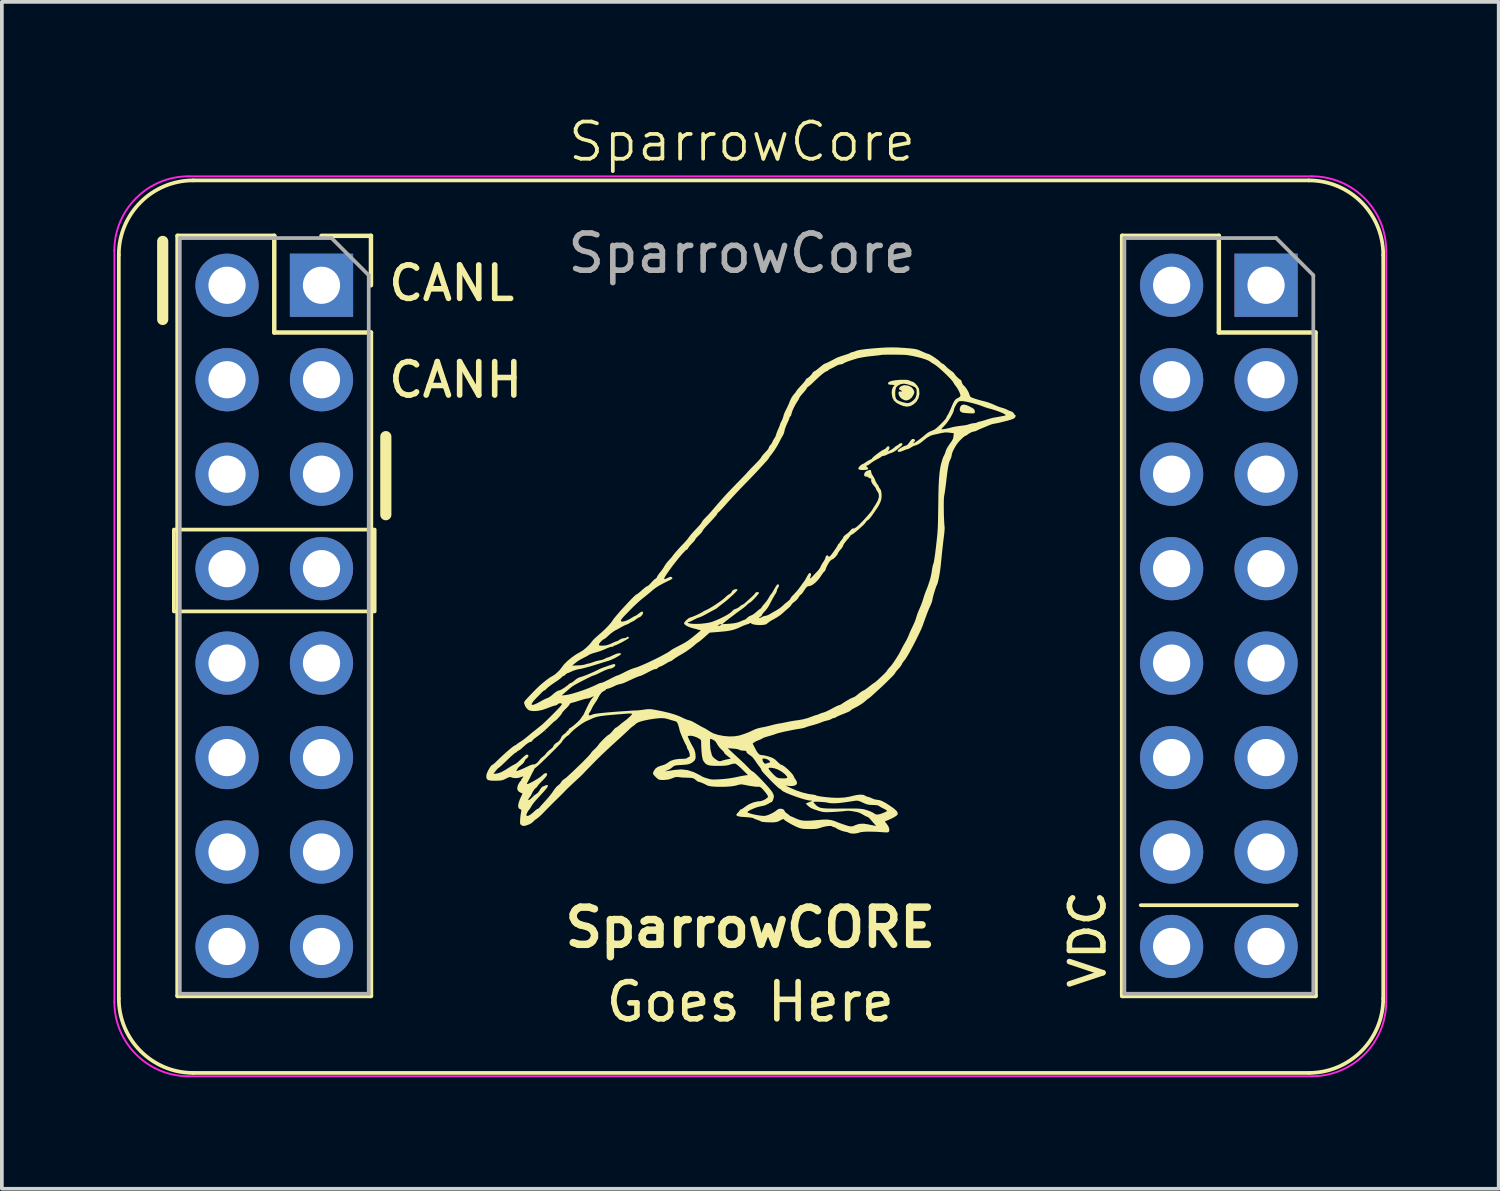
<source format=kicad_pcb>
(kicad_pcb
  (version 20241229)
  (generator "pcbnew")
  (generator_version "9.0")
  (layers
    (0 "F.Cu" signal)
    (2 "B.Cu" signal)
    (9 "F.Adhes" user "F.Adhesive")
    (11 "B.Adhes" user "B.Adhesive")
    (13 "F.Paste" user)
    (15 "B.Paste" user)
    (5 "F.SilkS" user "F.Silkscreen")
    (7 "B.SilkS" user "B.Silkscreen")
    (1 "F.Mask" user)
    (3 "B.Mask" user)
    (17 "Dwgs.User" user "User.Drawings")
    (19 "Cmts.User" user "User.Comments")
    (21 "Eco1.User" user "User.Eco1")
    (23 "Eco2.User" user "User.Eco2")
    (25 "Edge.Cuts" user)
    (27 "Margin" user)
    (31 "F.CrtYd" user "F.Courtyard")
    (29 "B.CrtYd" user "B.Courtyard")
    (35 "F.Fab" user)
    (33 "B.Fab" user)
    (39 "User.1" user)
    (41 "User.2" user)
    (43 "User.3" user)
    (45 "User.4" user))
  (footprint "SparrowCore"
    (layer "F.Cu")
    (at 16.325 2.291)
    (property "Reference" "SparrowCore" (at 0.58 -1.53 0) (unlocked yes) (layer "F.SilkS") (effects (font (size 1 1) (thickness 0.1))))
    (attr through_hole)
    (fp_line (start -16.18 21.51) (end -16.18 1.51) (stroke (width 0.1) (type default)) (layer "F.SilkS"))
    (fp_line (start -15 1.15) (end -15 3.25) (stroke (width 0.3) (type default)) (layer "F.SilkS"))
    (fp_line (start -14.6 1) (end -14.6 21.44) (stroke (width 0.12) (type solid)) (layer "F.SilkS"))
    (fp_line (start -14.6 1) (end -12 1) (stroke (width 0.12) (type solid)) (layer "F.SilkS"))
    (fp_line (start -14.6 21.44) (end -9.4 21.44) (stroke (width 0.12) (type solid)) (layer "F.SilkS"))
    (fp_line (start -14.18 -0.49) (end 15.82 -0.49) (stroke (width 0.1) (type default)) (layer "F.SilkS"))
    (fp_line (start -14.18 23.51) (end 15.82 23.51) (stroke (width 0.1) (type default)) (layer "F.SilkS"))
    (fp_line (start -12 1) (end -12 3.6) (stroke (width 0.12) (type solid)) (layer "F.SilkS"))
    (fp_line (start -12 3.6) (end -9.4 3.6) (stroke (width 0.12) (type solid)) (layer "F.SilkS"))
    (fp_line (start -10.73 1) (end -9.4 1) (stroke (width 0.12) (type solid)) (layer "F.SilkS"))
    (fp_line (start -9.4 1) (end -9.4 2.33) (stroke (width 0.12) (type solid)) (layer "F.SilkS"))
    (fp_line (start -9.4 3.6) (end -9.4 21.44) (stroke (width 0.12) (type solid)) (layer "F.SilkS"))
    (fp_line (start -9 6.4) (end -9 8.5) (stroke (width 0.3) (type default)) (layer "F.SilkS"))
    (fp_line (start 10.8 1) (end 10.8 21.44) (stroke (width 0.12) (type solid)) (layer "F.SilkS"))
    (fp_line (start 10.8 1) (end 13.4 1) (stroke (width 0.12) (type solid)) (layer "F.SilkS"))
    (fp_line (start 10.8 21.44) (end 16 21.44) (stroke (width 0.12) (type solid)) (layer "F.SilkS"))
    (fp_line (start 11.3 19) (end 15.5 19) (stroke (width 0.1) (type default)) (layer "F.SilkS"))
    (fp_line (start 13.4 1) (end 13.4 3.6) (stroke (width 0.12) (type solid)) (layer "F.SilkS"))
    (fp_line (start 13.4 3.6) (end 16 3.6) (stroke (width 0.12) (type solid)) (layer "F.SilkS"))
    (fp_line (start 16 3.6) (end 16 21.44) (stroke (width 0.12) (type solid)) (layer "F.SilkS"))
    (fp_line (start 17.82 21.51) (end 17.82 1.51) (stroke (width 0.1) (type default)) (layer "F.SilkS"))
    (fp_rect (start -14.7 11.1) (end -9.3 8.9) (stroke (width 0.1) (type default)) (fill no) (layer "F.SilkS"))
    (fp_arc (start -16.18 1.51) (mid -15.594214 0.095786) (end -14.18 -0.49) (stroke (width 0.1) (type default)) (layer "F.SilkS"))
    (fp_arc (start -14.18 23.51) (mid -15.594214 22.924214) (end -16.18 21.51) (stroke (width 0.1) (type default)) (layer "F.SilkS"))
    (fp_arc (start 15.82 -0.49) (mid 17.234214 0.095786) (end 17.82 1.51) (stroke (width 0.1) (type default)) (layer "F.SilkS"))
    (fp_arc (start 17.82 21.51) (mid 17.234214 22.924214) (end 15.82 23.51) (stroke (width 0.1) (type default)) (layer "F.SilkS"))
    (fp_poly (pts (xy -5.022 16.015) (xy -5.032 16.025) (xy -5.042 16.015) (xy -5.032 16.005)) (stroke (width 0) (type solid)) (fill yes) (layer "F.SilkS"))
    (fp_poly (pts (xy -4.702 14.333) (xy -4.712 14.343) (xy -4.722 14.333) (xy -4.712 14.323)) (stroke (width 0) (type solid)) (fill yes) (layer "F.SilkS"))
    (fp_poly (pts (xy 6.613 5.552) (xy 6.701 5.591) (xy 6.771 5.629) (xy 6.813 5.658) (xy 6.832 5.688) (xy 6.838 5.725) (xy 6.838 5.733) (xy 6.836 5.756) (xy 6.824 5.77) (xy 6.794 5.775) (xy 6.738 5.775) (xy 6.688 5.773) (xy 6.608 5.768) (xy 6.538 5.76) (xy 6.492 5.751) (xy 6.491 5.751) (xy 6.445 5.718) (xy 6.43 5.665) (xy 6.447 5.598) (xy 6.45 5.593) (xy 6.486 5.551) (xy 6.54 5.537)) (stroke (width 0) (type solid)) (fill yes) (layer "F.SilkS"))
    (fp_poly (pts (xy 5.061 5.032) (xy 5.141 5.077) (xy 5.19 5.139) (xy 5.209 5.182) (xy 5.21 5.218) (xy 5.193 5.265) (xy 5.187 5.278) (xy 5.14 5.351) (xy 5.077 5.403) (xy 5.01 5.427) (xy 4.958 5.423) (xy 4.877 5.386) (xy 4.823 5.333) (xy 4.807 5.306) (xy 4.785 5.247) (xy 4.787 5.204) (xy 4.811 5.183) (xy 4.838 5.186) (xy 4.87 5.189) (xy 4.878 5.18) (xy 4.862 5.16) (xy 4.838 5.15) (xy 4.804 5.13) (xy 4.801 5.1) (xy 4.823 5.068) (xy 4.865 5.039) (xy 4.92 5.02) (xy 4.959 5.016)) (stroke (width 0) (type solid)) (fill yes) (layer "F.SilkS"))
    (fp_poly (pts (xy 4.988 4.872) (xy 5.055 4.88) (xy 5.082 4.892) (xy 5.122 4.913) (xy 5.139 4.916) (xy 5.186 4.932) (xy 5.24 4.974) (xy 5.291 5.032) (xy 5.328 5.094) (xy 5.339 5.126) (xy 5.349 5.248) (xy 5.324 5.363) (xy 5.268 5.462) (xy 5.184 5.537) (xy 5.098 5.58) (xy 5.014 5.594) (xy 4.921 5.579) (xy 4.842 5.55) (xy 4.737 5.496) (xy 4.666 5.433) (xy 4.624 5.356) (xy 4.619 5.34) (xy 4.603 5.241) (xy 4.603 5.239) (xy 4.696 5.239) (xy 4.701 5.317) (xy 4.717 5.374) (xy 4.718 5.375) (xy 4.746 5.41) (xy 4.795 5.439) (xy 4.872 5.466) (xy 4.948 5.486) (xy 5.012 5.498) (xy 5.057 5.497) (xy 5.103 5.479) (xy 5.128 5.466) (xy 5.188 5.422) (xy 5.236 5.367) (xy 5.243 5.354) (xy 5.268 5.28) (xy 5.276 5.199) (xy 5.267 5.127) (xy 5.249 5.089) (xy 5.215 5.064) (xy 5.154 5.036) (xy 5.08 5.009) (xy 5.004 4.988) (xy 4.94 4.977) (xy 4.926 4.976) (xy 4.849 4.989) (xy 4.779 5.022) (xy 4.729 5.068) (xy 4.717 5.089) (xy 4.701 5.158) (xy 4.696 5.239) (xy 4.603 5.239) (xy 4.608 5.149) (xy 4.632 5.075) (xy 4.668 5.031) (xy 4.68 5.02) (xy 4.672 5.013) (xy 4.636 5.009) (xy 4.593 5.006) (xy 4.533 5) (xy 4.507 4.987) (xy 4.505 4.963) (xy 4.509 4.95) (xy 4.539 4.923) (xy 4.605 4.901) (xy 4.699 4.884) (xy 4.819 4.873) (xy 4.883 4.871)) (stroke (width 0) (type solid)) (fill yes) (layer "F.SilkS"))
    (fp_poly (pts (xy 4.891 6.591) (xy 4.887 6.624) (xy 4.854 6.66) (xy 4.81 6.695) (xy 4.755 6.74) (xy 4.738 6.756) (xy 4.675 6.8) (xy 4.606 6.834) (xy 4.589 6.839) (xy 4.527 6.861) (xy 4.476 6.885) (xy 4.469 6.889) (xy 4.419 6.912) (xy 4.385 6.917) (xy 4.344 6.926) (xy 4.328 6.938) (xy 4.303 6.958) (xy 4.255 6.985) (xy 4.222 7.002) (xy 4.147 7.043) (xy 4.07 7.093) (xy 4.046 7.111) (xy 3.996 7.149) (xy 3.955 7.173) (xy 3.941 7.178) (xy 3.92 7.187) (xy 3.931 7.211) (xy 3.951 7.227) (xy 3.975 7.256) (xy 3.962 7.279) (xy 3.913 7.293) (xy 3.836 7.298) (xy 3.764 7.295) (xy 3.723 7.285) (xy 3.705 7.266) (xy 3.705 7.266) (xy 3.712 7.236) (xy 3.74 7.197) (xy 3.779 7.16) (xy 3.816 7.14) (xy 3.823 7.138) (xy 3.847 7.127) (xy 3.891 7.099) (xy 3.921 7.078) (xy 3.974 7.043) (xy 4.017 7.021) (xy 4.032 7.018) (xy 4.063 7.001) (xy 4.071 6.988) (xy 4.092 6.962) (xy 4.138 6.922) (xy 4.198 6.874) (xy 4.264 6.825) (xy 4.326 6.783) (xy 4.375 6.753) (xy 4.398 6.744) (xy 4.432 6.725) (xy 4.456 6.698) (xy 4.486 6.667) (xy 4.509 6.657) (xy 4.538 6.672) (xy 4.544 6.709) (xy 4.525 6.755) (xy 4.525 6.757) (xy 4.494 6.8) (xy 4.571 6.761) (xy 4.63 6.726) (xy 4.678 6.688) (xy 4.686 6.679) (xy 4.723 6.648) (xy 4.751 6.637) (xy 4.776 6.627) (xy 4.778 6.62) (xy 4.794 6.601) (xy 4.827 6.582) (xy 4.869 6.574)) (stroke (width 0) (type solid)) (fill yes) (layer "F.SilkS"))
    (fp_poly (pts (xy 4.762 4.003) (xy 4.933 4.014) (xy 4.938 4.014) (xy 5.062 4.024) (xy 5.155 4.033) (xy 5.226 4.043) (xy 5.283 4.055) (xy 5.334 4.073) (xy 5.389 4.096) (xy 5.413 4.107) (xy 5.485 4.139) (xy 5.544 4.163) (xy 5.581 4.175) (xy 5.586 4.175) (xy 5.616 4.187) (xy 5.669 4.216) (xy 5.734 4.257) (xy 5.8 4.303) (xy 5.859 4.347) (xy 5.901 4.383) (xy 5.913 4.396) (xy 5.944 4.427) (xy 5.967 4.436) (xy 5.996 4.45) (xy 6.036 4.485) (xy 6.054 4.504) (xy 6.111 4.559) (xy 6.178 4.612) (xy 6.197 4.625) (xy 6.249 4.663) (xy 6.284 4.698) (xy 6.292 4.712) (xy 6.311 4.742) (xy 6.349 4.784) (xy 6.394 4.827) (xy 6.435 4.861) (xy 6.461 4.876) (xy 6.461 4.876) (xy 6.475 4.893) (xy 6.488 4.935) (xy 6.488 4.936) (xy 6.505 4.983) (xy 6.525 5.011) (xy 6.566 5.048) (xy 6.612 5.108) (xy 6.654 5.175) (xy 6.682 5.234) (xy 6.687 5.25) (xy 6.704 5.3) (xy 6.724 5.332) (xy 6.725 5.332) (xy 6.763 5.352) (xy 6.833 5.377) (xy 6.924 5.406) (xy 7.027 5.434) (xy 7.076 5.446) (xy 7.142 5.463) (xy 7.2 5.481) (xy 7.261 5.503) (xy 7.338 5.535) (xy 7.428 5.575) (xy 7.497 5.602) (xy 7.565 5.623) (xy 7.577 5.626) (xy 7.646 5.648) (xy 7.707 5.676) (xy 7.766 5.704) (xy 7.822 5.723) (xy 7.866 5.747) (xy 7.888 5.777) (xy 7.906 5.809) (xy 7.92 5.817) (xy 7.937 5.83) (xy 7.932 5.861) (xy 7.908 5.898) (xy 7.903 5.903) (xy 7.867 5.922) (xy 7.804 5.946) (xy 7.726 5.969) (xy 7.698 5.976) (xy 7.616 5.996) (xy 7.545 6.014) (xy 7.497 6.026) (xy 7.488 6.028) (xy 7.441 6.038) (xy 7.381 6.049) (xy 7.378 6.049) (xy 7.318 6.061) (xy 7.27 6.076) (xy 7.268 6.076) (xy 7.118 6.138) (xy 7.004 6.185) (xy 6.928 6.219) (xy 6.889 6.239) (xy 6.886 6.241) (xy 6.851 6.255) (xy 6.804 6.264) (xy 6.749 6.281) (xy 6.688 6.314) (xy 6.674 6.324) (xy 6.628 6.357) (xy 6.595 6.375) (xy 6.589 6.377) (xy 6.561 6.391) (xy 6.517 6.427) (xy 6.464 6.477) (xy 6.412 6.532) (xy 6.372 6.581) (xy 6.318 6.661) (xy 6.271 6.745) (xy 6.236 6.822) (xy 6.219 6.881) (xy 6.218 6.893) (xy 6.209 6.94) (xy 6.187 7) (xy 6.18 7.014) (xy 6.16 7.06) (xy 6.142 7.117) (xy 6.126 7.189) (xy 6.11 7.283) (xy 6.093 7.405) (xy 6.074 7.559) (xy 6.068 7.618) (xy 6.054 7.73) (xy 6.04 7.835) (xy 6.027 7.923) (xy 6.016 7.985) (xy 6.014 7.996) (xy 6.008 8.041) (xy 6.005 8.117) (xy 6.003 8.217) (xy 6.004 8.332) (xy 6.005 8.454) (xy 6.009 8.575) (xy 6.014 8.687) (xy 6.02 8.78) (xy 6.026 8.839) (xy 6.026 8.88) (xy 6.021 8.949) (xy 6.013 9.035) (xy 6.006 9.089) (xy 5.992 9.204) (xy 5.977 9.335) (xy 5.963 9.461) (xy 5.959 9.499) (xy 5.947 9.616) (xy 5.934 9.744) (xy 5.922 9.862) (xy 5.918 9.9) (xy 5.905 10.004) (xy 5.888 10.111) (xy 5.869 10.212) (xy 5.849 10.299) (xy 5.831 10.362) (xy 5.818 10.39) (xy 5.803 10.422) (xy 5.782 10.481) (xy 5.758 10.557) (xy 5.734 10.637) (xy 5.714 10.711) (xy 5.701 10.767) (xy 5.698 10.789) (xy 5.69 10.828) (xy 5.668 10.889) (xy 5.641 10.951) (xy 5.605 11.03) (xy 5.57 11.116) (xy 5.531 11.219) (xy 5.484 11.349) (xy 5.483 11.351) (xy 5.461 11.413) (xy 5.437 11.48) (xy 5.437 11.481) (xy 5.407 11.554) (xy 5.364 11.649) (xy 5.311 11.76) (xy 5.251 11.88) (xy 5.189 12.002) (xy 5.126 12.119) (xy 5.068 12.226) (xy 5.017 12.313) (xy 4.977 12.377) (xy 4.957 12.403) (xy 4.915 12.454) (xy 4.886 12.497) (xy 4.878 12.517) (xy 4.865 12.544) (xy 4.832 12.59) (xy 4.788 12.64) (xy 4.742 12.692) (xy 4.71 12.733) (xy 4.698 12.754) (xy 4.685 12.776) (xy 4.651 12.816) (xy 4.613 12.855) (xy 4.555 12.912) (xy 4.499 12.968) (xy 4.473 12.995) (xy 4.427 13.04) (xy 4.367 13.097) (xy 4.323 13.138) (xy 4.259 13.196) (xy 4.182 13.266) (xy 4.11 13.333) (xy 4.054 13.384) (xy 4.008 13.422) (xy 3.982 13.442) (xy 3.979 13.443) (xy 3.959 13.455) (xy 3.919 13.488) (xy 3.883 13.521) (xy 3.823 13.568) (xy 3.742 13.621) (xy 3.658 13.669) (xy 3.649 13.673) (xy 3.58 13.709) (xy 3.528 13.739) (xy 3.5 13.759) (xy 3.498 13.762) (xy 3.49 13.773) (xy 3.463 13.789) (xy 3.411 13.813) (xy 3.332 13.846) (xy 3.228 13.886) (xy 3.165 13.913) (xy 3.12 13.935) (xy 3.102 13.948) (xy 3.079 13.961) (xy 3.061 13.963) (xy 3.018 13.974) (xy 2.987 13.991) (xy 2.94 14.014) (xy 2.878 14.032) (xy 2.867 14.034) (xy 2.795 14.052) (xy 2.72 14.079) (xy 2.707 14.084) (xy 2.647 14.108) (xy 2.565 14.134) (xy 2.478 14.159) (xy 2.473 14.161) (xy 2.396 14.182) (xy 2.33 14.202) (xy 2.288 14.217) (xy 2.284 14.219) (xy 2.241 14.234) (xy 2.181 14.247) (xy 2.168 14.249) (xy 2.071 14.264) (xy 1.96 14.284) (xy 1.844 14.307) (xy 1.732 14.33) (xy 1.632 14.353) (xy 1.553 14.373) (xy 1.503 14.388) (xy 1.498 14.39) (xy 1.442 14.411) (xy 1.364 14.435) (xy 1.291 14.456) (xy 1.219 14.476) (xy 1.162 14.496) (xy 1.131 14.512) (xy 1.131 14.512) (xy 1.099 14.532) (xy 1.046 14.555) (xy 1.028 14.561) (xy 0.966 14.587) (xy 0.914 14.615) (xy 0.906 14.621) (xy 0.864 14.652) (xy 0.915 14.753) (xy 0.965 14.848) (xy 1.007 14.911) (xy 1.046 14.947) (xy 1.088 14.962) (xy 1.11 14.964) (xy 1.162 14.97) (xy 1.236 14.985) (xy 1.307 15.005) (xy 1.397 15.038) (xy 1.465 15.08) (xy 1.524 15.135) (xy 1.572 15.182) (xy 1.614 15.215) (xy 1.635 15.224) (xy 1.672 15.238) (xy 1.727 15.276) (xy 1.79 15.329) (xy 1.855 15.391) (xy 1.913 15.453) (xy 1.956 15.508) (xy 1.977 15.549) (xy 1.978 15.555) (xy 1.989 15.578) (xy 2.017 15.617) (xy 2.018 15.619) (xy 2.047 15.669) (xy 2.058 15.716) (xy 2.04 15.756) (xy 1.991 15.784) (xy 1.919 15.797) (xy 1.836 15.793) (xy 1.748 15.781) (xy 1.878 15.845) (xy 2.034 15.912) (xy 2.198 15.968) (xy 2.354 16.006) (xy 2.409 16.015) (xy 2.481 16.025) (xy 2.523 16.031) (xy 2.545 16.036) (xy 2.557 16.041) (xy 2.568 16.048) (xy 2.605 16.06) (xy 2.673 16.073) (xy 2.763 16.085) (xy 2.867 16.097) (xy 2.975 16.106) (xy 3.079 16.111) (xy 3.168 16.113) (xy 3.332 16.104) (xy 3.475 16.08) (xy 3.52 16.068) (xy 3.65 16.038) (xy 3.76 16.026) (xy 3.844 16.034) (xy 3.889 16.054) (xy 3.932 16.078) (xy 3.959 16.084) (xy 3.995 16.093) (xy 4.049 16.115) (xy 4.068 16.125) (xy 4.136 16.151) (xy 4.204 16.165) (xy 4.217 16.166) (xy 4.277 16.174) (xy 4.349 16.201) (xy 4.438 16.249) (xy 4.549 16.32) (xy 4.581 16.342) (xy 4.674 16.409) (xy 4.733 16.464) (xy 4.762 16.51) (xy 4.764 16.551) (xy 4.757 16.567) (xy 4.727 16.596) (xy 4.668 16.634) (xy 4.588 16.675) (xy 4.498 16.715) (xy 4.45 16.733) (xy 4.425 16.744) (xy 4.427 16.76) (xy 4.452 16.791) (xy 4.506 16.865) (xy 4.536 16.937) (xy 4.537 16.998) (xy 4.535 17.004) (xy 4.525 17.026) (xy 4.509 17.038) (xy 4.478 17.043) (xy 4.425 17.042) (xy 4.343 17.036) (xy 4.203 17.027) (xy 4.069 17.023) (xy 3.95 17.022) (xy 3.853 17.026) (xy 3.783 17.034) (xy 3.758 17.04) (xy 3.677 17.064) (xy 3.59 17.075) (xy 3.512 17.072) (xy 3.458 17.056) (xy 3.404 17.034) (xy 3.362 17.026) (xy 3.32 17.018) (xy 3.261 17) (xy 3.198 16.975) (xy 3.142 16.949) (xy 3.107 16.928) (xy 3.102 16.921) (xy 3.079 16.908) (xy 3.058 16.905) (xy 3.019 16.894) (xy 3.007 16.883) (xy 2.978 16.87) (xy 2.921 16.869) (xy 2.846 16.878) (xy 2.763 16.895) (xy 2.688 16.919) (xy 2.623 16.938) (xy 2.547 16.949) (xy 2.45 16.953) (xy 2.378 16.953) (xy 2.278 16.95) (xy 2.205 16.944) (xy 2.146 16.932) (xy 2.088 16.912) (xy 2.03 16.887) (xy 1.946 16.846) (xy 1.864 16.801) (xy 1.791 16.758) (xy 1.734 16.72) (xy 1.703 16.692) (xy 1.698 16.683) (xy 1.683 16.684) (xy 1.643 16.701) (xy 1.603 16.722) (xy 1.555 16.747) (xy 1.51 16.762) (xy 1.458 16.77) (xy 1.386 16.773) (xy 1.313 16.772) (xy 1.227 16.769) (xy 1.154 16.763) (xy 1.106 16.755) (xy 1.093 16.75) (xy 1.059 16.732) (xy 1.005 16.711) (xy 0.988 16.705) (xy 0.932 16.685) (xy 0.891 16.665) (xy 0.884 16.661) (xy 0.855 16.651) (xy 0.795 16.642) (xy 0.715 16.634) (xy 0.659 16.63) (xy 0.547 16.622) (xy 0.473 16.609) (xy 0.433 16.59) (xy 0.425 16.565) (xy 0.447 16.53) (xy 0.465 16.513) (xy 0.5 16.475) (xy 0.518 16.447) (xy 0.518 16.444) (xy 0.534 16.427) (xy 0.546 16.425) (xy 0.576 16.413) (xy 0.623 16.382) (xy 0.666 16.349) (xy 0.765 16.285) (xy 0.882 16.236) (xy 1 16.208) (xy 1.053 16.205) (xy 1.107 16.195) (xy 1.169 16.17) (xy 1.226 16.137) (xy 1.266 16.102) (xy 1.278 16.077) (xy 1.266 16.049) (xy 1.234 16.001) (xy 1.19 15.945) (xy 1.143 15.89) (xy 1.1 15.846) (xy 1.095 15.842) (xy 1.054 15.817) (xy 1.022 15.814) (xy 0.987 15.816) (xy 0.921 15.811) (xy 0.834 15.799) (xy 0.733 15.782) (xy 0.634 15.762) (xy 0.566 15.751) (xy 0.505 15.757) (xy 0.434 15.778) (xy 0.364 15.794) (xy 0.269 15.806) (xy 0.158 15.814) (xy 0.038 15.817) (xy -0.081 15.816) (xy -0.189 15.811) (xy -0.279 15.801) (xy -0.34 15.787) (xy -0.352 15.781) (xy -0.427 15.743) (xy -0.5 15.71) (xy -0.558 15.69) (xy -0.585 15.684) (xy -0.616 15.672) (xy -0.659 15.64) (xy -0.671 15.629) (xy -0.705 15.601) (xy -0.74 15.585) (xy -0.787 15.576) (xy -0.859 15.573) (xy -0.891 15.572) (xy -0.978 15.569) (xy -1.06 15.564) (xy -1.119 15.556) (xy -1.124 15.555) (xy -1.185 15.551) (xy -1.249 15.567) (xy -1.294 15.586) (xy -1.395 15.62) (xy -1.513 15.632) (xy -1.526 15.633) (xy -1.599 15.632) (xy -1.647 15.626) (xy -1.684 15.607) (xy -1.725 15.571) (xy -1.745 15.551) (xy -1.791 15.503) (xy -1.813 15.47) (xy -1.815 15.442) (xy -1.803 15.408) (xy -1.798 15.4) (xy -1.492 15.4) (xy -1.472 15.398) (xy -1.442 15.394) (xy -1.384 15.386) (xy -1.306 15.374) (xy -1.242 15.363) (xy -1.056 15.348) (xy -0.883 15.368) (xy -0.716 15.423) (xy -0.685 15.438) (xy -0.611 15.475) (xy -0.548 15.507) (xy -0.508 15.53) (xy -0.502 15.535) (xy -0.458 15.557) (xy -0.384 15.582) (xy -0.289 15.609) (xy -0.272 15.613) (xy -0.215 15.619) (xy -0.129 15.619) (xy -0.022 15.614) (xy 0.094 15.605) (xy 0.212 15.592) (xy 0.32 15.576) (xy 0.388 15.563) (xy 0.482 15.543) (xy 0.57 15.525) (xy 0.638 15.513) (xy 0.663 15.509) (xy 0.738 15.5) (xy 0.59 15.354) (xy 0.524 15.291) (xy 0.464 15.239) (xy 0.418 15.204) (xy 0.399 15.194) (xy 0.354 15.193) (xy 0.29 15.208) (xy 0.263 15.218) (xy 0.207 15.235) (xy 0.14 15.246) (xy 0.052 15.252) (xy -0.065 15.254) (xy -0.075 15.254) (xy -0.197 15.252) (xy -0.286 15.244) (xy -0.351 15.227) (xy -0.399 15.198) (xy -0.439 15.154) (xy -0.468 15.108) (xy -0.485 15.058) (xy -0.5 14.973) (xy -0.511 14.862) (xy -0.519 14.73) (xy -0.522 14.588) (xy -0.282 14.588) (xy -0.282 14.653) (xy -0.278 14.723) (xy -0.273 14.789) (xy -0.266 14.84) (xy -0.262 14.852) (xy -0.245 14.914) (xy -0.233 14.964) (xy -0.208 15.009) (xy -0.154 15.06) (xy -0.13 15.077) (xy -0.075 15.113) (xy -0.038 15.128) (xy -0.003 15.127) (xy 0.035 15.115) (xy 0.106 15.094) (xy 0.183 15.077) (xy 0.194 15.075) (xy 0.279 15.06) (xy 0.224 15.017) (xy 0.159 14.965) (xy 0.12 14.931) (xy 0.102 14.909) (xy 0.098 14.896) (xy 0.084 14.874) (xy 0.048 14.836) (xy 0.019 14.81) (xy -0.011 14.778) (xy 0.194 14.778) (xy 0.341 14.915) (xy 0.416 14.985) (xy 0.492 15.055) (xy 0.556 15.114) (xy 0.577 15.133) (xy 0.642 15.195) (xy 0.714 15.267) (xy 0.755 15.309) (xy 0.803 15.358) (xy 0.843 15.392) (xy 0.864 15.404) (xy 0.888 15.418) (xy 0.933 15.457) (xy 0.993 15.515) (xy 1.063 15.586) (xy 1.139 15.665) (xy 1.214 15.745) (xy 1.283 15.822) (xy 1.34 15.89) (xy 1.381 15.943) (xy 1.397 15.968) (xy 1.425 16.026) (xy 1.435 16.069) (xy 1.429 16.114) (xy 1.421 16.143) (xy 1.402 16.193) (xy 1.383 16.222) (xy 1.377 16.225) (xy 1.35 16.235) (xy 1.304 16.261) (xy 1.28 16.276) (xy 1.187 16.319) (xy 1.095 16.338) (xy 1.033 16.351) (xy 0.957 16.374) (xy 0.879 16.405) (xy 0.807 16.437) (xy 0.752 16.468) (xy 0.725 16.493) (xy 0.724 16.496) (xy 0.738 16.512) (xy 0.784 16.53) (xy 0.851 16.549) (xy 0.932 16.567) (xy 1.017 16.583) (xy 1.098 16.594) (xy 1.165 16.599) (xy 1.207 16.596) (xy 1.275 16.576) (xy 1.355 16.542) (xy 1.431 16.502) (xy 1.49 16.462) (xy 1.507 16.447) (xy 1.562 16.412) (xy 1.606 16.405) (xy 1.671 16.413) (xy 1.709 16.44) (xy 1.724 16.471) (xy 1.75 16.505) (xy 1.795 16.539) (xy 1.798 16.541) (xy 1.838 16.568) (xy 1.858 16.588) (xy 1.858 16.59) (xy 1.874 16.605) (xy 1.878 16.605) (xy 1.905 16.613) (xy 1.956 16.635) (xy 2.021 16.665) (xy 2.023 16.666) (xy 2.091 16.695) (xy 2.16 16.715) (xy 2.237 16.727) (xy 2.329 16.729) (xy 2.444 16.725) (xy 2.589 16.712) (xy 2.624 16.709) (xy 2.76 16.698) (xy 2.868 16.697) (xy 2.959 16.708) (xy 3.044 16.73) (xy 3.115 16.757) (xy 3.183 16.784) (xy 3.266 16.814) (xy 3.349 16.842) (xy 3.418 16.864) (xy 3.448 16.872) (xy 3.51 16.881) (xy 3.561 16.875) (xy 3.622 16.849) (xy 3.628 16.845) (xy 3.727 16.814) (xy 3.844 16.807) (xy 3.958 16.824) (xy 4.028 16.84) (xy 4.102 16.854) (xy 4.107 16.855) (xy 4.186 16.868) (xy 4.143 16.822) (xy 4.104 16.777) (xy 4.055 16.721) (xy 4.038 16.7) (xy 3.996 16.656) (xy 3.962 16.629) (xy 3.95 16.625) (xy 3.921 16.615) (xy 3.871 16.589) (xy 3.836 16.568) (xy 3.769 16.531) (xy 3.703 16.504) (xy 3.677 16.497) (xy 3.574 16.477) (xy 3.499 16.466) (xy 3.442 16.461) (xy 3.391 16.463) (xy 3.348 16.468) (xy 3.287 16.475) (xy 3.199 16.482) (xy 3.096 16.489) (xy 3.009 16.494) (xy 2.911 16.498) (xy 2.837 16.499) (xy 2.775 16.495) (xy 2.714 16.484) (xy 2.644 16.464) (xy 2.553 16.435) (xy 2.487 16.412) (xy 2.419 16.379) (xy 2.357 16.333) (xy 2.348 16.325) (xy 2.292 16.266) (xy 2.36 16.238) (xy 2.387 16.227) (xy 2.498 16.227) (xy 2.511 16.248) (xy 2.543 16.284) (xy 2.552 16.293) (xy 2.585 16.325) (xy 2.618 16.35) (xy 2.654 16.369) (xy 2.7 16.383) (xy 2.76 16.392) (xy 2.839 16.398) (xy 2.943 16.401) (xy 3.076 16.402) (xy 3.244 16.401) (xy 3.258 16.401) (xy 3.419 16.4) (xy 3.546 16.4) (xy 3.644 16.401) (xy 3.72 16.404) (xy 3.779 16.409) (xy 3.828 16.416) (xy 3.872 16.425) (xy 3.917 16.438) (xy 3.938 16.445) (xy 4.015 16.472) (xy 4.081 16.501) (xy 4.123 16.526) (xy 4.126 16.528) (xy 4.168 16.555) (xy 4.219 16.563) (xy 4.287 16.55) (xy 4.366 16.522) (xy 4.426 16.497) (xy 4.466 16.475) (xy 4.478 16.463) (xy 4.462 16.446) (xy 4.419 16.42) (xy 4.385 16.403) (xy 4.325 16.373) (xy 4.278 16.344) (xy 4.263 16.333) (xy 4.221 16.314) (xy 4.14 16.306) (xy 4.094 16.305) (xy 4.005 16.301) (xy 3.933 16.287) (xy 3.857 16.257) (xy 3.826 16.242) (xy 3.751 16.208) (xy 3.695 16.191) (xy 3.645 16.189) (xy 3.613 16.193) (xy 3.482 16.213) (xy 3.381 16.228) (xy 3.302 16.239) (xy 3.236 16.247) (xy 3.175 16.253) (xy 3.118 16.257) (xy 3.033 16.26) (xy 2.954 16.256) (xy 2.898 16.247) (xy 2.852 16.237) (xy 2.785 16.229) (xy 2.707 16.223) (xy 2.63 16.219) (xy 2.563 16.218) (xy 2.516 16.221) (xy 2.498 16.227) (xy 2.387 16.227) (xy 2.414 16.216) (xy 2.455 16.2) (xy 2.458 16.199) (xy 2.461 16.192) (xy 2.43 16.187) (xy 2.413 16.186) (xy 2.357 16.179) (xy 2.278 16.16) (xy 2.182 16.133) (xy 2.078 16.099) (xy 1.971 16.061) (xy 1.868 16.022) (xy 1.776 15.984) (xy 1.703 15.95) (xy 1.655 15.922) (xy 1.638 15.904) (xy 1.622 15.885) (xy 1.601 15.875) (xy 1.572 15.857) (xy 1.524 15.815) (xy 1.461 15.757) (xy 1.392 15.689) (xy 1.293 15.587) (xy 1.219 15.51) (xy 1.166 15.454) (xy 1.13 15.414) (xy 1.11 15.387) (xy 1.1 15.369) (xy 1.098 15.358) (xy 1.085 15.329) (xy 1.075 15.314) (xy 1.29 15.314) (xy 1.297 15.336) (xy 1.303 15.346) (xy 1.33 15.381) (xy 1.375 15.433) (xy 1.425 15.485) (xy 1.481 15.538) (xy 1.524 15.568) (xy 1.568 15.583) (xy 1.625 15.588) (xy 1.719 15.59) (xy 1.777 15.583) (xy 1.798 15.565) (xy 1.798 15.563) (xy 1.785 15.54) (xy 1.752 15.5) (xy 1.725 15.472) (xy 1.642 15.407) (xy 1.542 15.352) (xy 1.44 15.316) (xy 1.358 15.304) (xy 1.308 15.306) (xy 1.29 15.314) (xy 1.075 15.314) (xy 1.055 15.286) (xy 1.043 15.271) (xy 1.001 15.217) (xy 0.953 15.148) (xy 0.928 15.108) (xy 0.915 15.091) (xy 1.127 15.091) (xy 1.141 15.133) (xy 1.168 15.172) (xy 1.197 15.195) (xy 1.211 15.196) (xy 1.255 15.181) (xy 1.29 15.172) (xy 1.33 15.158) (xy 1.333 15.139) (xy 1.308 15.111) (xy 1.267 15.083) (xy 1.214 15.063) (xy 1.164 15.054) (xy 1.132 15.062) (xy 1.127 15.091) (xy 0.915 15.091) (xy 0.852 15.012) (xy 0.783 14.961) (xy 0.729 14.924) (xy 0.7 14.889) (xy 0.698 14.879) (xy 0.69 14.856) (xy 0.66 14.846) (xy 0.612 14.844) (xy 0.554 14.839) (xy 0.511 14.826) (xy 0.504 14.821) (xy 0.474 14.809) (xy 0.416 14.797) (xy 0.342 14.789) (xy 0.337 14.788) (xy 0.194 14.778) (xy -0.011 14.778) (xy -0.036 14.752) (xy -0.082 14.686) (xy -0.095 14.661) (xy -0.14 14.591) (xy -0.199 14.552) (xy -0.245 14.533) (xy -0.272 14.524) (xy -0.274 14.523) (xy -0.28 14.542) (xy -0.282 14.588) (xy -0.522 14.588) (xy -0.522 14.583) (xy -0.522 14.575) (xy -0.539 14.547) (xy -0.585 14.515) (xy -0.647 14.484) (xy -0.716 14.459) (xy -0.779 14.445) (xy -0.799 14.443) (xy -0.85 14.446) (xy -0.879 14.452) (xy -0.882 14.455) (xy -0.873 14.483) (xy -0.85 14.536) (xy -0.819 14.6) (xy -0.786 14.666) (xy -0.755 14.722) (xy -0.737 14.75) (xy -0.7 14.826) (xy -0.676 14.92) (xy -0.669 15.014) (xy -0.673 15.054) (xy -0.696 15.107) (xy -0.748 15.154) (xy -0.768 15.167) (xy -0.815 15.193) (xy -0.864 15.21) (xy -0.927 15.22) (xy -1.015 15.227) (xy -1.047 15.229) (xy -1.139 15.234) (xy -1.2 15.241) (xy -1.241 15.253) (xy -1.271 15.27) (xy -1.293 15.29) (xy -1.346 15.331) (xy -1.413 15.367) (xy -1.428 15.373) (xy -1.478 15.392) (xy -1.492 15.4) (xy -1.798 15.4) (xy -1.757 15.333) (xy -1.688 15.28) (xy -1.588 15.245) (xy -1.582 15.244) (xy -1.511 15.221) (xy -1.45 15.191) (xy -1.425 15.173) (xy -1.349 15.121) (xy -1.242 15.085) (xy -1.112 15.066) (xy -1.048 15.064) (xy -0.977 15.062) (xy -0.925 15.056) (xy -0.902 15.048) (xy -0.902 15.046) (xy -0.885 15.028) (xy -0.859 15.017) (xy -0.832 15.005) (xy -0.825 14.979) (xy -0.831 14.93) (xy -0.848 14.871) (xy -0.87 14.827) (xy -0.873 14.822) (xy -0.897 14.783) (xy -0.902 14.762) (xy -0.912 14.723) (xy -0.929 14.693) (xy -0.949 14.657) (xy -0.978 14.596) (xy -1.011 14.523) (xy -1.045 14.445) (xy -1.074 14.373) (xy -1.094 14.318) (xy -1.102 14.29) (xy -1.108 14.259) (xy -1.122 14.206) (xy -1.135 14.165) (xy -1.157 14.105) (xy -1.18 14.071) (xy -1.216 14.052) (xy -1.25 14.043) (xy -1.321 14.024) (xy -1.402 13.999) (xy -1.427 13.991) (xy -1.512 13.973) (xy -1.62 13.97) (xy -1.755 13.982) (xy -1.923 14.008) (xy -1.962 14.016) (xy -2.084 14.042) (xy -2.173 14.068) (xy -2.237 14.095) (xy -2.282 14.126) (xy -2.294 14.138) (xy -2.328 14.17) (xy -2.349 14.183) (xy -2.349 14.183) (xy -2.37 14.196) (xy -2.409 14.229) (xy -2.451 14.268) (xy -2.507 14.322) (xy -2.58 14.39) (xy -2.657 14.46) (xy -2.682 14.483) (xy -2.827 14.615) (xy -2.947 14.725) (xy -3.048 14.819) (xy -3.136 14.902) (xy -3.217 14.979) (xy -3.296 15.057) (xy -3.378 15.139) (xy -3.412 15.173) (xy -3.493 15.256) (xy -3.567 15.332) (xy -3.628 15.395) (xy -3.669 15.438) (xy -3.684 15.455) (xy -3.712 15.483) (xy -3.761 15.532) (xy -3.827 15.593) (xy -3.901 15.662) (xy -3.904 15.664) (xy -3.985 15.739) (xy -4.063 15.813) (xy -4.13 15.877) (xy -4.172 15.92) (xy -4.227 15.978) (xy -4.297 16.048) (xy -4.367 16.117) (xy -4.371 16.121) (xy -4.456 16.203) (xy -4.537 16.284) (xy -4.625 16.372) (xy -4.726 16.476) (xy -4.772 16.524) (xy -4.834 16.585) (xy -4.892 16.637) (xy -4.936 16.671) (xy -4.945 16.676) (xy -4.997 16.714) (xy -5.038 16.755) (xy -5.08 16.791) (xy -5.143 16.826) (xy -5.186 16.843) (xy -5.252 16.864) (xy -5.296 16.869) (xy -5.33 16.861) (xy -5.345 16.854) (xy -5.373 16.835) (xy -5.388 16.81) (xy -5.391 16.767) (xy -5.389 16.711) (xy -5.383 16.629) (xy -5.376 16.577) (xy -5.222 16.577) (xy -5.209 16.6) (xy -5.173 16.597) (xy -5.121 16.57) (xy -5.057 16.521) (xy -5.028 16.495) (xy -4.976 16.448) (xy -4.933 16.416) (xy -4.91 16.405) (xy -4.882 16.392) (xy -4.878 16.386) (xy -4.862 16.364) (xy -4.826 16.321) (xy -4.775 16.266) (xy -4.762 16.251) (xy -4.638 16.114) (xy -4.536 15.986) (xy -4.467 15.885) (xy -4.422 15.827) (xy -4.37 15.779) (xy -4.363 15.775) (xy -4.315 15.733) (xy -4.283 15.687) (xy -4.282 15.684) (xy -4.248 15.64) (xy -4.203 15.608) (xy -4.174 15.588) (xy -4.123 15.545) (xy -4.056 15.484) (xy -3.976 15.41) (xy -3.89 15.328) (xy -3.8 15.241) (xy -3.713 15.156) (xy -3.634 15.076) (xy -3.566 15.006) (xy -3.516 14.951) (xy -3.487 14.916) (xy -3.482 14.907) (xy -3.468 14.883) (xy -3.432 14.845) (xy -3.405 14.82) (xy -3.352 14.769) (xy -3.307 14.719) (xy -3.294 14.701) (xy -3.26 14.656) (xy -3.209 14.599) (xy -3.15 14.538) (xy -3.091 14.482) (xy -3.04 14.438) (xy -3.007 14.415) (xy -3.004 14.414) (xy -2.974 14.393) (xy -2.932 14.351) (xy -2.902 14.314) (xy -2.86 14.265) (xy -2.826 14.232) (xy -2.811 14.224) (xy -2.785 14.211) (xy -2.743 14.179) (xy -2.725 14.164) (xy -2.667 14.114) (xy -2.599 14.062) (xy -2.576 14.045) (xy -2.509 13.993) (xy -2.443 13.933) (xy -2.425 13.915) (xy -2.401 13.889) (xy -2.384 13.87) (xy -2.378 13.856) (xy -2.389 13.848) (xy -2.418 13.845) (xy -2.472 13.846) (xy -2.553 13.852) (xy -2.666 13.861) (xy -2.815 13.873) (xy -2.816 13.873) (xy -2.981 13.887) (xy -3.112 13.901) (xy -3.215 13.914) (xy -3.297 13.929) (xy -3.364 13.947) (xy -3.422 13.968) (xy -3.452 13.981) (xy -3.524 14.014) (xy -3.598 14.046) (xy -3.609 14.051) (xy -3.678 14.088) (xy -3.763 14.144) (xy -3.853 14.21) (xy -3.938 14.278) (xy -4.006 14.34) (xy -4.035 14.372) (xy -4.073 14.415) (xy -4.103 14.44) (xy -4.11 14.443) (xy -4.133 14.457) (xy -4.17 14.491) (xy -4.211 14.534) (xy -4.245 14.574) (xy -4.261 14.601) (xy -4.262 14.603) (xy -4.275 14.622) (xy -4.313 14.663) (xy -4.37 14.723) (xy -4.442 14.797) (xy -4.524 14.878) (xy -4.61 14.964) (xy -4.696 15.048) (xy -4.778 15.127) (xy -4.85 15.196) (xy -4.908 15.249) (xy -4.947 15.282) (xy -4.959 15.291) (xy -4.996 15.32) (xy -5.009 15.341) (xy -5.031 15.388) (xy -5.04 15.404) (xy -5.06 15.44) (xy -5.087 15.495) (xy -5.101 15.524) (xy -5.135 15.594) (xy -5.17 15.661) (xy -5.181 15.679) (xy -5.202 15.72) (xy -5.205 15.743) (xy -5.202 15.744) (xy -5.165 15.734) (xy -5.106 15.706) (xy -5.032 15.667) (xy -4.955 15.622) (xy -4.883 15.576) (xy -4.826 15.536) (xy -4.802 15.514) (xy -4.746 15.466) (xy -4.7 15.446) (xy -4.671 15.454) (xy -4.662 15.485) (xy -4.676 15.519) (xy -4.715 15.572) (xy -4.774 15.636) (xy -4.792 15.654) (xy -4.849 15.712) (xy -4.894 15.761) (xy -4.919 15.793) (xy -4.922 15.801) (xy -4.937 15.824) (xy -4.973 15.853) (xy -5.011 15.892) (xy -5.05 15.951) (xy -5.064 15.98) (xy -5.09 16.036) (xy -5.112 16.075) (xy -5.12 16.084) (xy -5.141 16.109) (xy -5.159 16.139) (xy -5.173 16.171) (xy -5.163 16.175) (xy -5.148 16.17) (xy -5.112 16.146) (xy -5.07 16.106) (xy -5.065 16.1) (xy -5.015 16.052) (xy -4.961 16.014) (xy -4.96 16.013) (xy -4.914 15.977) (xy -4.871 15.921) (xy -4.861 15.903) (xy -4.829 15.852) (xy -4.796 15.818) (xy -4.786 15.812) (xy -4.738 15.793) (xy -4.717 15.783) (xy -4.668 15.766) (xy -4.644 15.779) (xy -4.642 15.795) (xy -4.647 15.812) (xy -4.665 15.84) (xy -4.697 15.881) (xy -4.748 15.941) (xy -4.82 16.02) (xy -4.915 16.124) (xy -4.968 16.181) (xy -5.021 16.244) (xy -5.068 16.309) (xy -5.088 16.342) (xy -5.115 16.39) (xy -5.136 16.421) (xy -5.14 16.425) (xy -5.168 16.458) (xy -5.197 16.508) (xy -5.218 16.556) (xy -5.222 16.577) (xy -5.376 16.577) (xy -5.372 16.547) (xy -5.365 16.511) (xy -5.356 16.458) (xy -5.361 16.432) (xy -5.383 16.419) (xy -5.395 16.416) (xy -5.43 16.389) (xy -5.443 16.333) (xy -5.431 16.254) (xy -5.397 16.155) (xy -5.382 16.122) (xy -5.323 15.997) (xy -5.382 15.971) (xy -5.443 15.93) (xy -5.468 15.87) (xy -5.456 15.794) (xy -5.439 15.752) (xy -5.41 15.701) (xy -5.386 15.67) (xy -5.378 15.664) (xy -5.363 15.648) (xy -5.362 15.637) (xy -5.348 15.602) (xy -5.332 15.584) (xy -5.304 15.553) (xy -5.309 15.538) (xy -5.344 15.546) (xy -5.361 15.554) (xy -5.431 15.576) (xy -5.514 15.583) (xy -5.591 15.575) (xy -5.625 15.562) (xy -5.657 15.553) (xy -5.696 15.561) (xy -5.754 15.588) (xy -5.769 15.596) (xy -5.823 15.623) (xy -5.873 15.64) (xy -5.932 15.649) (xy -6.012 15.652) (xy -6.058 15.653) (xy -6.163 15.651) (xy -6.235 15.64) (xy -6.277 15.616) (xy -6.296 15.577) (xy -6.297 15.518) (xy -6.295 15.497) (xy -6.286 15.464) (xy -6.105 15.464) (xy -6.054 15.464) (xy -6.003 15.457) (xy -5.939 15.438) (xy -5.918 15.43) (xy -5.858 15.402) (xy -5.782 15.359) (xy -5.706 15.311) (xy -5.639 15.268) (xy -5.581 15.234) (xy -5.542 15.214) (xy -5.54 15.213) (xy -5.501 15.192) (xy -5.451 15.154) (xy -5.433 15.137) (xy -5.35 15.059) (xy -5.291 15.005) (xy -5.25 14.971) (xy -5.223 14.953) (xy -5.204 14.948) (xy -5.192 14.951) (xy -5.165 14.976) (xy -5.171 15.012) (xy -5.209 15.05) (xy -5.212 15.052) (xy -5.248 15.083) (xy -5.262 15.109) (xy -5.279 15.15) (xy -5.321 15.199) (xy -5.378 15.246) (xy -5.387 15.253) (xy -5.435 15.296) (xy -5.468 15.343) (xy -5.495 15.397) (xy -5.413 15.369) (xy -5.354 15.346) (xy -5.275 15.311) (xy -5.195 15.273) (xy -5.194 15.273) (xy -5.127 15.241) (xy -5.073 15.221) (xy -5.043 15.214) (xy -5.041 15.214) (xy -5.006 15.215) (xy -4.959 15.191) (xy -4.911 15.15) (xy -4.88 15.111) (xy -4.837 15.057) (xy -4.788 15.014) (xy -4.783 15.011) (xy -4.731 14.969) (xy -4.695 14.924) (xy -4.659 14.88) (xy -4.605 14.831) (xy -4.583 14.814) (xy -4.536 14.778) (xy -4.506 14.747) (xy -4.502 14.737) (xy -4.489 14.708) (xy -4.458 14.67) (xy -4.423 14.637) (xy -4.397 14.624) (xy -4.37 14.608) (xy -4.334 14.572) (xy -4.302 14.527) (xy -4.284 14.489) (xy -4.282 14.481) (xy -4.266 14.452) (xy -4.227 14.414) (xy -4.201 14.395) (xy -4.154 14.358) (xy -4.133 14.329) (xy -4.134 14.319) (xy -4.136 14.307) (xy -4.123 14.312) (xy -4.1 14.31) (xy -4.088 14.285) (xy -4.073 14.252) (xy -4.061 14.243) (xy -4.033 14.23) (xy -3.985 14.196) (xy -3.926 14.148) (xy -3.865 14.094) (xy -3.81 14.041) (xy -3.769 13.996) (xy -3.756 13.978) (xy -3.727 13.933) (xy -3.707 13.905) (xy -3.704 13.903) (xy -3.695 13.893) (xy -3.682 13.87) (xy -3.662 13.829) (xy -3.63 13.762) (xy -3.603 13.703) (xy -3.541 13.576) (xy -3.487 13.482) (xy -3.443 13.424) (xy -3.431 13.413) (xy -3.408 13.391) (xy -3.416 13.385) (xy -3.447 13.395) (xy -3.482 13.413) (xy -3.536 13.435) (xy -3.578 13.442) (xy -3.618 13.448) (xy -3.683 13.464) (xy -3.761 13.487) (xy -3.78 13.493) (xy -3.859 13.518) (xy -3.927 13.539) (xy -3.973 13.551) (xy -3.979 13.552) (xy -4.04 13.572) (xy -4.062 13.602) (xy -4.062 13.604) (xy -4.075 13.627) (xy -4.111 13.668) (xy -4.161 13.718) (xy -4.162 13.719) (xy -4.212 13.77) (xy -4.248 13.811) (xy -4.262 13.835) (xy -4.262 13.835) (xy -4.274 13.858) (xy -4.306 13.899) (xy -4.348 13.948) (xy -4.392 13.995) (xy -4.428 14.03) (xy -4.448 14.043) (xy -4.467 14.056) (xy -4.506 14.091) (xy -4.559 14.141) (xy -4.576 14.158) (xy -4.698 14.275) (xy -4.805 14.369) (xy -4.906 14.447) (xy -4.959 14.485) (xy -5.013 14.525) (xy -5.05 14.56) (xy -5.061 14.578) (xy -5.078 14.601) (xy -5.092 14.604) (xy -5.144 14.62) (xy -5.216 14.667) (xy -5.305 14.745) (xy -5.32 14.759) (xy -5.371 14.804) (xy -5.414 14.835) (xy -5.435 14.844) (xy -5.46 14.855) (xy -5.462 14.862) (xy -5.478 14.883) (xy -5.503 14.894) (xy -5.532 14.912) (xy -5.582 14.954) (xy -5.648 15.012) (xy -5.723 15.083) (xy -5.746 15.106) (xy -5.82 15.177) (xy -5.884 15.237) (xy -5.932 15.28) (xy -5.96 15.302) (xy -5.964 15.304) (xy -5.983 15.318) (xy -6.018 15.355) (xy -6.042 15.384) (xy -6.105 15.464) (xy -6.286 15.464) (xy -6.281 15.447) (xy -6.253 15.385) (xy -6.217 15.321) (xy -6.181 15.266) (xy -6.149 15.231) (xy -6.134 15.224) (xy -6.112 15.211) (xy -6.07 15.176) (xy -6.018 15.126) (xy -6.011 15.119) (xy -5.933 15.044) (xy -5.849 14.965) (xy -5.765 14.889) (xy -5.686 14.82) (xy -5.617 14.763) (xy -5.564 14.723) (xy -5.534 14.704) (xy -5.531 14.704) (xy -5.505 14.692) (xy -5.48 14.672) (xy -5.437 14.639) (xy -5.386 14.607) (xy -5.335 14.574) (xy -5.273 14.528) (xy -5.241 14.503) (xy -5.151 14.429) (xy -5.056 14.351) (xy -4.964 14.278) (xy -4.886 14.215) (xy -4.828 14.169) (xy -4.82 14.163) (xy -4.785 14.133) (xy -4.727 14.079) (xy -4.654 14.009) (xy -4.571 13.927) (xy -4.498 13.854) (xy -4.404 13.759) (xy -4.337 13.688) (xy -4.294 13.638) (xy -4.271 13.605) (xy -4.266 13.585) (xy -4.271 13.578) (xy -4.309 13.57) (xy -4.351 13.576) (xy -4.379 13.593) (xy -4.382 13.602) (xy -4.399 13.616) (xy -4.442 13.629) (xy -4.451 13.631) (xy -4.503 13.645) (xy -4.577 13.671) (xy -4.657 13.702) (xy -4.666 13.706) (xy -4.79 13.749) (xy -4.913 13.774) (xy -5.027 13.781) (xy -5.12 13.769) (xy -5.158 13.755) (xy -5.211 13.71) (xy -5.255 13.643) (xy -5.268 13.605) (xy -5.08 13.605) (xy -5.056 13.615) (xy -5.003 13.602) (xy -4.92 13.564) (xy -4.842 13.521) (xy -4.771 13.482) (xy -4.707 13.45) (xy -4.662 13.433) (xy -4.66 13.433) (xy -4.616 13.412) (xy -4.56 13.374) (xy -4.527 13.346) (xy -4.445 13.277) (xy -4.383 13.237) (xy -4.337 13.223) (xy -4.333 13.222) (xy -4.3 13.211) (xy -4.248 13.182) (xy -4.186 13.142) (xy -4.125 13.098) (xy -4.078 13.057) (xy -4.043 13.03) (xy -4.022 13.022) (xy -4.008 13.019) (xy -3.988 13.007) (xy -3.953 12.981) (xy -3.898 12.935) (xy -3.876 12.917) (xy -3.824 12.885) (xy -3.783 12.87) (xy -3.708 12.848) (xy -3.607 12.811) (xy -3.491 12.762) (xy -3.369 12.707) (xy -3.252 12.649) (xy -3.212 12.631) (xy -3.148 12.607) (xy -3.071 12.58) (xy -2.992 12.553) (xy -2.923 12.531) (xy -2.875 12.517) (xy -2.863 12.515) (xy -2.833 12.528) (xy -2.827 12.542) (xy -2.839 12.573) (xy -2.877 12.605) (xy -2.928 12.631) (xy -2.981 12.642) (xy -2.985 12.642) (xy -3.022 12.651) (xy -3.085 12.675) (xy -3.162 12.709) (xy -3.21 12.732) (xy -3.288 12.771) (xy -3.354 12.801) (xy -3.399 12.819) (xy -3.412 12.822) (xy -3.439 12.831) (xy -3.493 12.855) (xy -3.566 12.891) (xy -3.652 12.934) (xy -3.741 12.98) (xy -3.827 13.025) (xy -3.901 13.066) (xy -3.956 13.098) (xy -3.972 13.109) (xy -4.025 13.148) (xy -4.071 13.186) (xy -4.072 13.186) (xy -4.111 13.221) (xy -4.164 13.267) (xy -4.192 13.291) (xy -4.272 13.36) (xy -4.165 13.349) (xy -4.081 13.335) (xy -3.971 13.307) (xy -3.842 13.268) (xy -3.705 13.222) (xy -3.569 13.172) (xy -3.444 13.12) (xy -3.337 13.071) (xy -3.299 13.051) (xy -3.248 13.03) (xy -3.209 13.022) (xy -3.176 13.013) (xy -3.118 12.988) (xy -3.043 12.952) (xy -2.984 12.922) (xy -2.904 12.881) (xy -2.836 12.848) (xy -2.789 12.827) (xy -2.771 12.822) (xy -2.744 12.813) (xy -2.69 12.789) (xy -2.62 12.755) (xy -2.579 12.733) (xy -2.492 12.69) (xy -2.404 12.652) (xy -2.332 12.626) (xy -2.312 12.62) (xy -2.24 12.598) (xy -2.144 12.56) (xy -2.028 12.51) (xy -1.902 12.452) (xy -1.771 12.389) (xy -1.644 12.326) (xy -1.528 12.264) (xy -1.429 12.209) (xy -1.356 12.163) (xy -1.327 12.14) (xy -1.293 12.118) (xy -1.234 12.085) (xy -1.158 12.045) (xy -1.111 12.021) (xy -1.021 11.975) (xy -0.945 11.932) (xy -0.874 11.886) (xy -0.797 11.829) (xy -0.705 11.755) (xy -0.65 11.71) (xy -0.528 11.609) (xy -0.62 11.585) (xy -0.693 11.565) (xy -0.763 11.547) (xy -0.78 11.542) (xy -0.86 11.514) (xy -0.922 11.482) (xy -0.071 11.482) (xy -0.071 11.482) (xy -0.047 11.488) (xy -0.011 11.477) (xy 0.022 11.458) (xy 0.031 11.447) (xy 0.007 11.444) (xy -0.029 11.452) (xy -0.061 11.467) (xy -0.071 11.482) (xy -0.922 11.482) (xy -0.926 11.48) (xy -0.97 11.444) (xy -0.982 11.418) (xy -0.967 11.387) (xy -0.93 11.345) (xy -0.883 11.303) (xy -0.838 11.271) (xy -0.809 11.261) (xy -0.778 11.253) (xy -0.722 11.231) (xy -0.653 11.201) (xy -0.584 11.169) (xy -0.524 11.138) (xy -0.485 11.116) (xy -0.482 11.113) (xy -0.443 11.089) (xy -0.388 11.064) (xy -0.382 11.061) (xy -0.324 11.033) (xy -0.245 10.987) (xy -0.154 10.93) (xy -0.061 10.867) (xy 0.025 10.806) (xy 0.093 10.753) (xy 0.128 10.72) (xy 0.177 10.676) (xy 0.223 10.644) (xy 0.234 10.639) (xy 0.275 10.611) (xy 0.293 10.586) (xy 0.32 10.543) (xy 0.337 10.526) (xy 0.374 10.508) (xy 0.417 10.501) (xy 0.45 10.506) (xy 0.458 10.517) (xy 0.444 10.542) (xy 0.405 10.585) (xy 0.347 10.642) (xy 0.277 10.707) (xy 0.202 10.774) (xy 0.127 10.837) (xy 0.068 10.882) (xy 0.004 10.931) (xy -0.047 10.971) (xy -0.077 10.996) (xy -0.082 11.001) (xy -0.105 11.019) (xy -0.149 11.045) (xy -0.165 11.053) (xy -0.218 11.081) (xy -0.292 11.121) (xy -0.372 11.165) (xy -0.392 11.176) (xy -0.464 11.214) (xy -0.525 11.244) (xy -0.565 11.259) (xy -0.573 11.261) (xy -0.603 11.27) (xy -0.657 11.294) (xy -0.724 11.327) (xy -0.729 11.33) (xy -0.793 11.362) (xy -0.842 11.383) (xy -0.868 11.387) (xy -0.869 11.387) (xy -0.881 11.389) (xy -0.882 11.395) (xy -0.863 11.414) (xy -0.813 11.427) (xy -0.738 11.434) (xy -0.645 11.436) (xy -0.543 11.432) (xy -0.439 11.422) (xy -0.341 11.408) (xy -0.255 11.389) (xy -0.222 11.379) (xy -0.119 11.339) (xy -0.013 11.292) (xy 0.09 11.241) (xy 0.181 11.191) (xy 0.253 11.145) (xy 0.298 11.109) (xy 0.306 11.098) (xy 0.357 11.05) (xy 0.403 11.033) (xy 0.464 11.008) (xy 0.515 10.97) (xy 0.553 10.937) (xy 0.582 10.921) (xy 0.584 10.921) (xy 0.614 10.908) (xy 0.637 10.892) (xy 0.672 10.86) (xy 0.72 10.817) (xy 0.732 10.807) (xy 0.828 10.72) (xy 0.894 10.656) (xy 0.93 10.615) (xy 0.938 10.599) (xy 0.955 10.585) (xy 0.988 10.58) (xy 1.026 10.587) (xy 1.038 10.6) (xy 1.025 10.622) (xy 0.992 10.664) (xy 0.945 10.717) (xy 0.894 10.771) (xy 0.846 10.819) (xy 0.809 10.851) (xy 0.794 10.861) (xy 0.77 10.874) (xy 0.732 10.906) (xy 0.722 10.916) (xy 0.668 10.965) (xy 0.614 11.009) (xy 0.611 11.011) (xy 0.525 11.073) (xy 0.431 11.142) (xy 0.336 11.214) (xy 0.248 11.28) (xy 0.175 11.337) (xy 0.125 11.377) (xy 0.118 11.383) (xy 0.048 11.443) (xy 0.237 11.431) (xy 0.357 11.419) (xy 0.45 11.4) (xy 0.531 11.371) (xy 0.532 11.37) (xy 0.592 11.344) (xy 0.638 11.326) (xy 0.655 11.321) (xy 0.679 11.308) (xy 0.714 11.275) (xy 0.717 11.272) (xy 0.766 11.233) (xy 0.816 11.211) (xy 0.858 11.192) (xy 0.915 11.153) (xy 0.966 11.11) (xy 1.019 11.064) (xy 1.06 11.032) (xy 1.081 11.021) (xy 1.098 11.005) (xy 1.098 11.002) (xy 1.111 10.978) (xy 1.144 10.935) (xy 1.178 10.896) (xy 1.232 10.831) (xy 1.281 10.76) (xy 1.301 10.725) (xy 1.329 10.676) (xy 1.35 10.645) (xy 1.356 10.64) (xy 1.371 10.624) (xy 1.398 10.581) (xy 1.433 10.52) (xy 1.438 10.511) (xy 1.476 10.446) (xy 1.509 10.396) (xy 1.532 10.372) (xy 1.534 10.371) (xy 1.561 10.374) (xy 1.572 10.401) (xy 1.564 10.438) (xy 1.551 10.458) (xy 1.525 10.502) (xy 1.518 10.532) (xy 1.507 10.577) (xy 1.483 10.62) (xy 1.452 10.668) (xy 1.413 10.736) (xy 1.363 10.829) (xy 1.311 10.931) (xy 1.267 11.003) (xy 1.214 11.072) (xy 1.189 11.099) (xy 1.148 11.143) (xy 1.122 11.181) (xy 1.118 11.193) (xy 1.102 11.22) (xy 1.064 11.249) (xy 1.063 11.249) (xy 1.033 11.27) (xy 1.036 11.28) (xy 1.039 11.28) (xy 1.079 11.269) (xy 1.109 11.252) (xy 1.161 11.228) (xy 1.198 11.221) (xy 1.246 11.21) (xy 1.306 11.184) (xy 1.328 11.171) (xy 1.394 11.132) (xy 1.472 11.087) (xy 1.508 11.067) (xy 1.577 11.023) (xy 1.642 10.974) (xy 1.668 10.951) (xy 1.724 10.899) (xy 1.789 10.845) (xy 1.803 10.835) (xy 1.848 10.796) (xy 1.875 10.764) (xy 1.878 10.755) (xy 1.892 10.729) (xy 1.927 10.686) (xy 1.973 10.639) (xy 2.038 10.57) (xy 2.105 10.488) (xy 2.148 10.43) (xy 2.191 10.369) (xy 2.227 10.319) (xy 2.248 10.292) (xy 2.249 10.292) (xy 2.269 10.263) (xy 2.298 10.211) (xy 2.319 10.172) (xy 2.351 10.115) (xy 2.38 10.076) (xy 2.394 10.065) (xy 2.42 10.071) (xy 2.433 10.103) (xy 2.429 10.144) (xy 2.42 10.165) (xy 2.403 10.202) (xy 2.411 10.213) (xy 2.438 10.196) (xy 2.462 10.172) (xy 2.503 10.128) (xy 2.556 10.071) (xy 2.591 10.035) (xy 2.639 9.98) (xy 2.676 9.928) (xy 2.689 9.901) (xy 2.709 9.856) (xy 2.744 9.797) (xy 2.761 9.773) (xy 2.795 9.719) (xy 2.815 9.674) (xy 2.818 9.659) (xy 2.833 9.618) (xy 2.848 9.6) (xy 2.874 9.586) (xy 2.89 9.606) (xy 2.914 9.627) (xy 2.93 9.626) (xy 2.952 9.606) (xy 2.99 9.561) (xy 3.034 9.501) (xy 3.08 9.435) (xy 3.121 9.373) (xy 3.149 9.325) (xy 3.158 9.3) (xy 3.173 9.28) (xy 3.178 9.279) (xy 3.198 9.265) (xy 3.198 9.26) (xy 3.211 9.234) (xy 3.241 9.195) (xy 3.248 9.187) (xy 3.281 9.145) (xy 3.298 9.11) (xy 3.298 9.107) (xy 3.314 9.08) (xy 3.353 9.045) (xy 3.375 9.029) (xy 3.434 8.983) (xy 3.486 8.931) (xy 3.496 8.918) (xy 3.529 8.882) (xy 3.556 8.869) (xy 3.56 8.87) (xy 3.595 8.869) (xy 3.65 8.835) (xy 3.727 8.768) (xy 3.825 8.669) (xy 3.945 8.536) (xy 3.983 8.492) (xy 4.03 8.437) (xy 4.063 8.394) (xy 4.078 8.372) (xy 4.078 8.372) (xy 4.089 8.352) (xy 4.116 8.307) (xy 4.156 8.246) (xy 4.168 8.227) (xy 4.231 8.115) (xy 4.259 8.019) (xy 4.252 7.936) (xy 4.218 7.873) (xy 4.19 7.831) (xy 4.178 7.801) (xy 4.178 7.8) (xy 4.165 7.77) (xy 4.143 7.743) (xy 4.086 7.673) (xy 4.053 7.608) (xy 4.049 7.556) (xy 4.049 7.555) (xy 4.053 7.526) (xy 4.041 7.526) (xy 4.013 7.524) (xy 3.984 7.503) (xy 3.944 7.478) (xy 3.915 7.474) (xy 3.878 7.468) (xy 3.861 7.44) (xy 3.864 7.399) (xy 3.885 7.358) (xy 3.923 7.325) (xy 3.933 7.321) (xy 3.996 7.299) (xy 4.031 7.296) (xy 4.047 7.314) (xy 4.05 7.343) (xy 4.065 7.4) (xy 4.091 7.443) (xy 4.123 7.492) (xy 4.153 7.555) (xy 4.157 7.567) (xy 4.183 7.628) (xy 4.215 7.678) (xy 4.221 7.685) (xy 4.249 7.723) (xy 4.258 7.749) (xy 4.272 7.781) (xy 4.287 7.797) (xy 4.313 7.84) (xy 4.328 7.91) (xy 4.332 7.994) (xy 4.324 8.082) (xy 4.321 8.094) (xy 4.296 8.168) (xy 4.255 8.253) (xy 4.219 8.311) (xy 4.164 8.391) (xy 4.105 8.477) (xy 4.066 8.533) (xy 4.022 8.59) (xy 3.983 8.632) (xy 3.959 8.649) (xy 3.924 8.674) (xy 3.904 8.705) (xy 3.881 8.735) (xy 3.836 8.782) (xy 3.776 8.838) (xy 3.71 8.897) (xy 3.643 8.954) (xy 3.584 9.001) (xy 3.54 9.031) (xy 3.521 9.039) (xy 3.499 9.05) (xy 3.498 9.055) (xy 3.486 9.077) (xy 3.453 9.119) (xy 3.406 9.174) (xy 3.398 9.183) (xy 3.35 9.242) (xy 3.314 9.292) (xy 3.298 9.325) (xy 3.298 9.328) (xy 3.286 9.36) (xy 3.253 9.407) (xy 3.228 9.437) (xy 3.188 9.485) (xy 3.163 9.523) (xy 3.158 9.536) (xy 3.145 9.566) (xy 3.113 9.609) (xy 3.072 9.654) (xy 3.033 9.688) (xy 3.01 9.7) (xy 2.98 9.713) (xy 2.945 9.745) (xy 2.915 9.786) (xy 2.881 9.846) (xy 2.849 9.911) (xy 2.826 9.967) (xy 2.818 10) (xy 2.804 10.019) (xy 2.8 10.02) (xy 2.781 10.036) (xy 2.749 10.077) (xy 2.719 10.122) (xy 2.644 10.228) (xy 2.563 10.316) (xy 2.482 10.381) (xy 2.407 10.417) (xy 2.355 10.422) (xy 2.324 10.438) (xy 2.282 10.487) (xy 2.255 10.53) (xy 2.216 10.589) (xy 2.181 10.633) (xy 2.158 10.65) (xy 2.13 10.674) (xy 2.102 10.719) (xy 2.101 10.721) (xy 2.067 10.771) (xy 2.015 10.821) (xy 1.997 10.834) (xy 1.948 10.872) (xy 1.915 10.907) (xy 1.909 10.918) (xy 1.888 10.95) (xy 1.847 10.992) (xy 1.826 11.011) (xy 1.768 11.06) (xy 1.701 11.12) (xy 1.666 11.153) (xy 1.601 11.205) (xy 1.518 11.26) (xy 1.443 11.303) (xy 1.371 11.342) (xy 1.309 11.382) (xy 1.27 11.414) (xy 1.268 11.415) (xy 1.234 11.442) (xy 1.184 11.458) (xy 1.108 11.466) (xy 1.102 11.467) (xy 1.018 11.467) (xy 0.939 11.46) (xy 0.873 11.447) (xy 0.83 11.43) (xy 0.818 11.414) (xy 0.806 11.408) (xy 0.793 11.416) (xy 0.756 11.435) (xy 0.71 11.45) (xy 0.654 11.468) (xy 0.587 11.495) (xy 0.57 11.504) (xy 0.466 11.552) (xy 0.372 11.587) (xy 0.275 11.612) (xy 0.163 11.631) (xy 0.026 11.645) (xy -0.009 11.648) (xy -0.294 11.671) (xy -0.429 11.791) (xy -0.493 11.847) (xy -0.549 11.893) (xy -0.589 11.923) (xy -0.598 11.929) (xy -0.639 11.956) (xy -0.672 11.984) (xy -0.737 12.04) (xy -0.821 12.105) (xy -0.908 12.167) (xy -0.984 12.216) (xy -1.002 12.227) (xy -1.125 12.297) (xy -1.221 12.358) (xy -1.286 12.406) (xy -1.298 12.417) (xy -1.333 12.438) (xy -1.349 12.442) (xy -1.377 12.452) (xy -1.427 12.479) (xy -1.482 12.512) (xy -1.543 12.548) (xy -1.594 12.574) (xy -1.622 12.582) (xy -1.658 12.596) (xy -1.687 12.622) (xy -1.721 12.648) (xy -1.746 12.651) (xy -1.776 12.655) (xy -1.828 12.675) (xy -1.882 12.701) (xy -1.998 12.762) (xy -2.089 12.807) (xy -2.152 12.834) (xy -2.182 12.842) (xy -2.209 12.85) (xy -2.262 12.872) (xy -2.334 12.903) (xy -2.378 12.923) (xy -2.477 12.969) (xy -2.547 13.002) (xy -2.596 13.023) (xy -2.63 13.036) (xy -2.659 13.045) (xy -2.688 13.051) (xy -2.701 13.054) (xy -2.757 13.068) (xy -2.799 13.083) (xy -2.801 13.083) (xy -2.877 13.12) (xy -2.951 13.152) (xy -3.012 13.174) (xy -3.048 13.182) (xy -3.077 13.192) (xy -3.082 13.201) (xy -3.098 13.221) (xy -3.126 13.234) (xy -3.187 13.272) (xy -3.246 13.345) (xy -3.273 13.393) (xy -3.322 13.484) (xy -3.378 13.569) (xy -3.394 13.593) (xy -3.433 13.655) (xy -3.466 13.722) (xy -3.467 13.724) (xy -3.494 13.779) (xy -3.524 13.822) (xy -3.527 13.825) (xy -3.546 13.863) (xy -3.542 13.883) (xy -3.524 13.897) (xy -3.492 13.892) (xy -3.455 13.876) (xy -3.417 13.863) (xy -3.354 13.851) (xy -3.265 13.839) (xy -3.144 13.826) (xy -2.989 13.812) (xy -2.868 13.802) (xy -2.725 13.791) (xy -2.591 13.782) (xy -2.473 13.774) (xy -2.378 13.768) (xy -2.311 13.764) (xy -2.282 13.764) (xy -2.227 13.761) (xy -2.149 13.753) (xy -2.065 13.742) (xy -2.063 13.741) (xy -1.981 13.73) (xy -1.911 13.727) (xy -1.838 13.733) (xy -1.743 13.749) (xy -1.733 13.751) (xy -1.533 13.792) (xy -1.366 13.832) (xy -1.226 13.874) (xy -1.104 13.92) (xy -1.009 13.965) (xy -0.944 13.995) (xy -0.888 14.016) (xy -0.859 14.023) (xy -0.815 14.035) (xy -0.742 14.068) (xy -0.645 14.122) (xy -0.582 14.159) (xy -0.517 14.196) (xy -0.452 14.229) (xy -0.446 14.232) (xy -0.39 14.262) (xy -0.323 14.304) (xy -0.292 14.325) (xy -0.193 14.379) (xy -0.065 14.42) (xy 0.079 14.448) (xy 0.229 14.462) (xy 0.374 14.458) (xy 0.503 14.437) (xy 0.508 14.436) (xy 0.634 14.396) (xy 0.769 14.344) (xy 0.892 14.287) (xy 0.904 14.281) (xy 0.968 14.255) (xy 1.049 14.232) (xy 1.104 14.221) (xy 1.195 14.204) (xy 1.296 14.18) (xy 1.358 14.164) (xy 1.442 14.142) (xy 1.526 14.123) (xy 1.578 14.114) (xy 1.648 14.103) (xy 1.734 14.086) (xy 1.798 14.072) (xy 1.886 14.055) (xy 1.991 14.037) (xy 2.088 14.024) (xy 2.206 14.004) (xy 2.333 13.971) (xy 2.408 13.945) (xy 2.483 13.917) (xy 2.544 13.895) (xy 2.582 13.884) (xy 2.588 13.883) (xy 2.619 13.874) (xy 2.659 13.856) (xy 2.719 13.832) (xy 2.769 13.818) (xy 2.813 13.803) (xy 2.879 13.773) (xy 2.958 13.734) (xy 2.994 13.714) (xy 3.068 13.674) (xy 3.131 13.643) (xy 3.173 13.625) (xy 3.184 13.623) (xy 3.218 13.612) (xy 3.259 13.588) (xy 3.333 13.538) (xy 3.412 13.49) (xy 3.486 13.449) (xy 3.543 13.422) (xy 3.561 13.416) (xy 3.61 13.394) (xy 3.659 13.358) (xy 3.715 13.311) (xy 3.773 13.268) (xy 3.822 13.236) (xy 3.852 13.223) (xy 3.853 13.222) (xy 3.876 13.211) (xy 3.921 13.179) (xy 3.979 13.135) (xy 3.994 13.122) (xy 4.054 13.076) (xy 4.101 13.04) (xy 4.127 13.023) (xy 4.13 13.022) (xy 4.151 13.009) (xy 4.192 12.975) (xy 4.248 12.925) (xy 4.31 12.868) (xy 4.371 12.809) (xy 4.424 12.756) (xy 4.462 12.715) (xy 4.478 12.693) (xy 4.478 12.693) (xy 4.492 12.667) (xy 4.525 12.628) (xy 4.54 12.613) (xy 4.594 12.553) (xy 4.663 12.456) (xy 4.748 12.325) (xy 4.793 12.252) (xy 4.816 12.21) (xy 4.847 12.15) (xy 4.861 12.122) (xy 4.898 12.05) (xy 4.943 11.97) (xy 4.963 11.936) (xy 5.007 11.857) (xy 5.048 11.77) (xy 5.062 11.735) (xy 5.092 11.662) (xy 5.132 11.574) (xy 5.169 11.497) (xy 5.207 11.415) (xy 5.241 11.331) (xy 5.261 11.267) (xy 5.281 11.2) (xy 5.313 11.114) (xy 5.349 11.03) (xy 5.35 11.028) (xy 5.388 10.939) (xy 5.424 10.844) (xy 5.449 10.768) (xy 5.47 10.698) (xy 5.49 10.638) (xy 5.5 10.61) (xy 5.579 10.408) (xy 5.636 10.234) (xy 5.671 10.082) (xy 5.679 10.028) (xy 5.691 9.947) (xy 5.704 9.88) (xy 5.715 9.838) (xy 5.719 9.83) (xy 5.729 9.805) (xy 5.74 9.75) (xy 5.754 9.665) (xy 5.771 9.546) (xy 5.79 9.391) (xy 5.812 9.2) (xy 5.82 9.122) (xy 5.828 9.051) (xy 5.834 8.981) (xy 5.838 8.908) (xy 5.843 8.827) (xy 5.846 8.733) (xy 5.849 8.621) (xy 5.851 8.487) (xy 5.854 8.325) (xy 5.857 8.132) (xy 5.858 7.988) (xy 5.864 7.741) (xy 5.875 7.532) (xy 5.891 7.357) (xy 5.912 7.215) (xy 5.935 7.118) (xy 5.954 7.055) (xy 5.97 6.999) (xy 5.97 6.998) (xy 5.992 6.941) (xy 6.01 6.907) (xy 6.031 6.862) (xy 6.052 6.801) (xy 6.056 6.786) (xy 6.08 6.729) (xy 6.121 6.657) (xy 6.168 6.589) (xy 6.213 6.526) (xy 6.245 6.469) (xy 6.258 6.431) (xy 6.259 6.43) (xy 6.264 6.373) (xy 6.27 6.344) (xy 6.271 6.31) (xy 6.255 6.304) (xy 6.22 6.302) (xy 6.163 6.295) (xy 6.137 6.291) (xy 6.04 6.287) (xy 5.926 6.306) (xy 5.917 6.308) (xy 5.838 6.327) (xy 5.764 6.343) (xy 5.72 6.352) (xy 5.639 6.379) (xy 5.544 6.436) (xy 5.453 6.509) (xy 5.385 6.563) (xy 5.318 6.606) (xy 5.261 6.632) (xy 5.236 6.637) (xy 5.2 6.648) (xy 5.15 6.675) (xy 5.13 6.687) (xy 5.078 6.718) (xy 5.035 6.736) (xy 5.025 6.737) (xy 4.988 6.746) (xy 4.934 6.768) (xy 4.907 6.78) (xy 4.844 6.804) (xy 4.794 6.81) (xy 4.765 6.797) (xy 4.763 6.773) (xy 4.786 6.746) (xy 4.834 6.712) (xy 4.893 6.677) (xy 4.951 6.65) (xy 4.994 6.637) (xy 4.998 6.637) (xy 5.022 6.622) (xy 5.062 6.576) (xy 5.118 6.499) (xy 5.154 6.463) (xy 5.193 6.463) (xy 5.217 6.476) (xy 5.234 6.494) (xy 5.224 6.519) (xy 5.207 6.539) (xy 5.183 6.569) (xy 5.185 6.577) (xy 5.203 6.571) (xy 5.239 6.551) (xy 5.296 6.513) (xy 5.365 6.463) (xy 5.434 6.408) (xy 5.496 6.357) (xy 5.52 6.336) (xy 5.577 6.292) (xy 5.639 6.26) (xy 5.642 6.258) (xy 5.702 6.234) (xy 5.753 6.21) (xy 5.768 6.199) (xy 5.939 6.199) (xy 5.956 6.203) (xy 6.004 6.199) (xy 6.073 6.186) (xy 6.155 6.168) (xy 6.228 6.148) (xy 6.301 6.132) (xy 6.393 6.117) (xy 6.478 6.106) (xy 6.559 6.096) (xy 6.63 6.083) (xy 6.676 6.069) (xy 6.678 6.068) (xy 6.732 6.051) (xy 6.798 6.04) (xy 6.808 6.039) (xy 6.864 6.031) (xy 6.902 6.019) (xy 6.907 6.015) (xy 6.943 5.998) (xy 6.958 5.997) (xy 6.991 5.991) (xy 7.051 5.975) (xy 7.124 5.953) (xy 7.139 5.948) (xy 7.219 5.923) (xy 7.293 5.902) (xy 7.344 5.89) (xy 7.348 5.889) (xy 7.471 5.868) (xy 7.56 5.852) (xy 7.619 5.84) (xy 7.653 5.832) (xy 7.669 5.825) (xy 7.67 5.82) (xy 7.639 5.795) (xy 7.576 5.763) (xy 7.489 5.728) (xy 7.386 5.691) (xy 7.275 5.657) (xy 7.198 5.637) (xy 7.121 5.613) (xy 7.043 5.584) (xy 7.028 5.578) (xy 6.959 5.552) (xy 6.864 5.523) (xy 6.756 5.494) (xy 6.647 5.469) (xy 6.552 5.451) (xy 6.518 5.446) (xy 6.441 5.445) (xy 6.396 5.461) (xy 6.365 5.496) (xy 6.33 5.551) (xy 6.299 5.61) (xy 6.28 5.658) (xy 6.278 5.672) (xy 6.267 5.719) (xy 6.237 5.788) (xy 6.193 5.869) (xy 6.142 5.952) (xy 6.089 6.028) (xy 6.04 6.086) (xy 6.039 6.087) (xy 5.989 6.138) (xy 5.954 6.178) (xy 5.939 6.199) (xy 5.939 6.199) (xy 5.768 6.199) (xy 5.795 6.18) (xy 5.851 6.131) (xy 5.914 6.071) (xy 5.976 6.008) (xy 6.028 5.95) (xy 6.062 5.906) (xy 6.07 5.89) (xy 6.092 5.84) (xy 6.109 5.817) (xy 6.127 5.786) (xy 6.155 5.727) (xy 6.189 5.652) (xy 6.208 5.608) (xy 6.249 5.512) (xy 6.284 5.446) (xy 6.318 5.402) (xy 6.358 5.373) (xy 6.394 5.356) (xy 6.434 5.329) (xy 6.451 5.305) (xy 6.448 5.272) (xy 6.428 5.216) (xy 6.396 5.151) (xy 6.358 5.086) (xy 6.32 5.034) (xy 6.315 5.027) (xy 6.283 4.985) (xy 6.268 4.956) (xy 6.246 4.92) (xy 6.199 4.864) (xy 6.134 4.795) (xy 6.058 4.719) (xy 5.975 4.641) (xy 5.894 4.569) (xy 5.82 4.507) (xy 5.759 4.463) (xy 5.741 4.452) (xy 5.686 4.419) (xy 5.643 4.389) (xy 5.637 4.384) (xy 5.588 4.354) (xy 5.507 4.322) (xy 5.404 4.289) (xy 5.286 4.258) (xy 5.162 4.231) (xy 5.04 4.21) (xy 4.998 4.205) (xy 4.946 4.201) (xy 4.867 4.199) (xy 4.771 4.197) (xy 4.665 4.196) (xy 4.56 4.196) (xy 4.464 4.197) (xy 4.386 4.198) (xy 4.336 4.201) (xy 4.325 4.203) (xy 4.289 4.209) (xy 4.223 4.217) (xy 4.136 4.227) (xy 4.045 4.236) (xy 3.936 4.249) (xy 3.827 4.266) (xy 3.732 4.284) (xy 3.678 4.297) (xy 3.565 4.331) (xy 3.464 4.364) (xy 3.382 4.394) (xy 3.326 4.419) (xy 3.302 4.437) (xy 3.302 4.437) (xy 3.279 4.45) (xy 3.236 4.456) (xy 3.182 4.466) (xy 3.119 4.493) (xy 3.103 4.502) (xy 3.038 4.538) (xy 2.974 4.57) (xy 2.963 4.574) (xy 2.92 4.596) (xy 2.899 4.614) (xy 2.898 4.616) (xy 2.881 4.632) (xy 2.851 4.643) (xy 2.807 4.666) (xy 2.74 4.715) (xy 2.656 4.787) (xy 2.557 4.879) (xy 2.507 4.928) (xy 2.451 4.981) (xy 2.398 5.027) (xy 2.372 5.046) (xy 2.334 5.076) (xy 2.318 5.1) (xy 2.318 5.101) (xy 2.306 5.124) (xy 2.272 5.168) (xy 2.225 5.223) (xy 2.218 5.23) (xy 2.17 5.286) (xy 2.134 5.331) (xy 2.118 5.358) (xy 2.118 5.36) (xy 2.108 5.389) (xy 2.081 5.432) (xy 2.078 5.437) (xy 2.027 5.517) (xy 1.978 5.609) (xy 1.937 5.698) (xy 1.913 5.772) (xy 1.91 5.783) (xy 1.897 5.831) (xy 1.881 5.856) (xy 1.877 5.857) (xy 1.859 5.872) (xy 1.858 5.88) (xy 1.85 5.912) (xy 1.83 5.963) (xy 1.82 5.985) (xy 1.763 6.112) (xy 1.729 6.205) (xy 1.717 6.264) (xy 1.705 6.31) (xy 1.679 6.364) (xy 1.677 6.367) (xy 1.645 6.424) (xy 1.608 6.492) (xy 1.598 6.514) (xy 1.53 6.641) (xy 1.454 6.764) (xy 1.379 6.869) (xy 1.364 6.886) (xy 1.327 6.933) (xy 1.303 6.968) (xy 1.298 6.978) (xy 1.286 6.999) (xy 1.253 7.04) (xy 1.213 7.083) (xy 1.154 7.148) (xy 1.084 7.224) (xy 1.028 7.286) (xy 0.982 7.336) (xy 0.914 7.407) (xy 0.831 7.494) (xy 0.74 7.589) (xy 0.648 7.683) (xy 0.543 7.791) (xy 0.431 7.91) (xy 0.32 8.029) (xy 0.221 8.137) (xy 0.162 8.203) (xy 0.09 8.284) (xy 0.027 8.353) (xy -0.023 8.404) (xy -0.055 8.434) (xy -0.063 8.439) (xy -0.081 8.455) (xy -0.082 8.464) (xy -0.087 8.478) (xy -0.104 8.504) (xy -0.136 8.542) (xy -0.185 8.598) (xy -0.256 8.675) (xy -0.35 8.776) (xy -0.394 8.822) (xy -0.439 8.873) (xy -0.471 8.915) (xy -0.482 8.937) (xy -0.495 8.961) (xy -0.531 9.002) (xy -0.581 9.053) (xy -0.582 9.053) (xy -0.632 9.103) (xy -0.668 9.145) (xy -0.682 9.169) (xy -0.682 9.169) (xy -0.695 9.193) (xy -0.73 9.234) (xy -0.771 9.276) (xy -0.821 9.329) (xy -0.858 9.375) (xy -0.872 9.401) (xy -0.893 9.433) (xy -0.909 9.439) (xy -0.934 9.455) (xy -0.978 9.498) (xy -1.037 9.563) (xy -1.106 9.644) (xy -1.182 9.738) (xy -1.261 9.838) (xy -1.337 9.94) (xy -1.407 10.038) (xy -1.46 10.116) (xy -1.501 10.184) (xy -1.517 10.222) (xy -1.504 10.232) (xy -1.462 10.218) (xy -1.394 10.186) (xy -1.351 10.168) (xy -1.325 10.172) (xy -1.306 10.187) (xy -1.293 10.206) (xy -1.3 10.223) (xy -1.333 10.244) (xy -1.384 10.269) (xy -1.538 10.345) (xy -1.661 10.412) (xy -1.758 10.476) (xy -1.837 10.539) (xy -1.839 10.541) (xy -1.905 10.597) (xy -1.986 10.664) (xy -2.068 10.73) (xy -2.082 10.74) (xy -2.163 10.807) (xy -2.254 10.889) (xy -2.341 10.971) (xy -2.368 10.998) (xy -2.44 11.072) (xy -2.513 11.147) (xy -2.575 11.21) (xy -2.597 11.233) (xy -2.642 11.284) (xy -2.673 11.328) (xy -2.682 11.35) (xy -2.666 11.37) (xy -2.623 11.373) (xy -2.563 11.359) (xy -2.492 11.331) (xy -2.42 11.291) (xy -2.414 11.288) (xy -2.357 11.252) (xy -2.312 11.227) (xy -2.292 11.22) (xy -2.266 11.207) (xy -2.223 11.177) (xy -2.203 11.16) (xy -2.141 11.115) (xy -2.101 11.103) (xy -2.083 11.125) (xy -2.082 11.14) (xy -2.096 11.18) (xy -2.13 11.224) (xy -2.169 11.255) (xy -2.191 11.261) (xy -2.218 11.273) (xy -2.26 11.303) (xy -2.269 11.31) (xy -2.319 11.347) (xy -2.365 11.371) (xy -2.369 11.373) (xy -2.42 11.397) (xy -2.444 11.414) (xy -2.489 11.441) (xy -2.515 11.45) (xy -2.553 11.464) (xy -2.61 11.491) (xy -2.653 11.514) (xy -2.725 11.555) (xy -2.799 11.595) (xy -2.831 11.611) (xy -2.888 11.647) (xy -2.956 11.699) (xy -3.009 11.746) (xy -3.061 11.794) (xy -3.102 11.828) (xy -3.124 11.841) (xy -3.124 11.841) (xy -3.154 11.855) (xy -3.196 11.89) (xy -3.237 11.933) (xy -3.264 11.971) (xy -3.267 11.981) (xy -3.27 12.004) (xy -3.256 12.016) (xy -3.217 12.02) (xy -3.165 12.021) (xy -3.072 12.012) (xy -2.983 11.984) (xy -2.932 11.961) (xy -2.868 11.93) (xy -2.816 11.909) (xy -2.79 11.901) (xy -2.759 11.89) (xy -2.717 11.862) (xy -2.716 11.861) (xy -2.66 11.832) (xy -2.605 11.821) (xy -2.558 11.815) (xy -2.532 11.801) (xy -2.505 11.783) (xy -2.475 11.786) (xy -2.462 11.808) (xy -2.478 11.826) (xy -2.522 11.855) (xy -2.585 11.892) (xy -2.657 11.932) (xy -2.73 11.969) (xy -2.795 11.999) (xy -2.843 12.018) (xy -2.861 12.021) (xy -2.881 12.036) (xy -2.882 12.041) (xy -2.896 12.052) (xy -2.91 12.049) (xy -2.941 12.052) (xy -2.997 12.069) (xy -3.064 12.096) (xy -3.065 12.097) (xy -3.141 12.13) (xy -3.214 12.159) (xy -3.262 12.176) (xy -3.368 12.207) (xy -3.441 12.229) (xy -3.488 12.245) (xy -3.513 12.255) (xy -3.522 12.261) (xy -3.543 12.275) (xy -3.59 12.301) (xy -3.648 12.332) (xy -3.73 12.374) (xy -3.786 12.405) (xy -3.828 12.431) (xy -3.867 12.459) (xy -3.912 12.494) (xy -3.989 12.557) (xy -3.841 12.552) (xy -3.759 12.547) (xy -3.686 12.537) (xy -3.636 12.525) (xy -3.635 12.525) (xy -3.586 12.508) (xy -3.551 12.502) (xy -3.517 12.495) (xy -3.462 12.477) (xy -3.427 12.464) (xy -3.348 12.438) (xy -3.265 12.418) (xy -3.239 12.414) (xy -3.175 12.399) (xy -3.122 12.379) (xy -3.109 12.372) (xy -3.068 12.349) (xy -3.044 12.342) (xy -3.013 12.333) (xy -2.959 12.311) (xy -2.899 12.282) (xy -2.806 12.241) (xy -2.734 12.223) (xy -2.686 12.228) (xy -2.673 12.24) (xy -2.683 12.258) (xy -2.722 12.287) (xy -2.781 12.322) (xy -2.851 12.36) (xy -2.925 12.394) (xy -2.993 12.422) (xy -3.022 12.431) (xy -3.073 12.446) (xy -3.153 12.47) (xy -3.252 12.501) (xy -3.361 12.535) (xy -3.402 12.547) (xy -3.513 12.581) (xy -3.619 12.61) (xy -3.71 12.634) (xy -3.777 12.648) (xy -3.794 12.65) (xy -3.873 12.667) (xy -3.96 12.696) (xy -3.998 12.712) (xy -4.057 12.739) (xy -4.102 12.758) (xy -4.119 12.762) (xy -4.143 12.775) (xy -4.172 12.802) (xy -4.208 12.832) (xy -4.235 12.842) (xy -4.259 12.854) (xy -4.262 12.861) (xy -4.277 12.88) (xy -4.32 12.914) (xy -4.383 12.96) (xy -4.457 13.01) (xy -4.537 13.065) (xy -4.607 13.117) (xy -4.658 13.158) (xy -4.681 13.181) (xy -4.711 13.213) (xy -4.732 13.222) (xy -4.759 13.236) (xy -4.795 13.267) (xy -4.829 13.303) (xy -4.881 13.356) (xy -4.942 13.418) (xy -4.959 13.435) (xy -5.032 13.514) (xy -5.072 13.571) (xy -5.08 13.605) (xy -5.268 13.605) (xy -5.28 13.572) (xy -5.282 13.549) (xy -5.277 13.533) (xy -5.261 13.508) (xy -5.231 13.471) (xy -5.183 13.419) (xy -5.115 13.347) (xy -5.024 13.254) (xy -4.939 13.167) (xy -4.855 13.087) (xy -4.76 13.007) (xy -4.665 12.932) (xy -4.578 12.871) (xy -4.51 12.832) (xy -4.51 12.832) (xy -4.454 12.796) (xy -4.387 12.738) (xy -4.322 12.672) (xy -4.272 12.609) (xy -4.267 12.6) (xy -4.204 12.519) (xy -4.114 12.43) (xy -4.006 12.341) (xy -3.89 12.259) (xy -3.775 12.193) (xy -3.772 12.191) (xy -3.697 12.145) (xy -3.614 12.077) (xy -3.535 12.002) (xy -3.474 11.93) (xy -3.461 11.912) (xy -3.428 11.871) (xy -3.373 11.816) (xy -3.307 11.757) (xy -3.288 11.741) (xy -3.195 11.66) (xy -3.103 11.574) (xy -3.02 11.489) (xy -2.952 11.412) (xy -2.908 11.352) (xy -2.902 11.341) (xy -2.876 11.304) (xy -2.83 11.246) (xy -2.768 11.173) (xy -2.695 11.089) (xy -2.614 11) (xy -2.532 10.911) (xy -2.453 10.826) (xy -2.381 10.752) (xy -2.321 10.693) (xy -2.278 10.654) (xy -2.257 10.64) (xy -2.242 10.634) (xy -2.213 10.614) (xy -2.166 10.575) (xy -2.096 10.514) (xy -2.064 10.486) (xy -2.017 10.448) (xy -1.979 10.424) (xy -1.968 10.421) (xy -1.943 10.406) (xy -1.903 10.369) (xy -1.858 10.32) (xy -1.81 10.269) (xy -1.771 10.233) (xy -1.748 10.22) (xy -1.724 10.203) (xy -1.71 10.175) (xy -1.689 10.135) (xy -1.651 10.081) (xy -1.621 10.044) (xy -1.572 9.982) (xy -1.529 9.919) (xy -1.513 9.89) (xy -1.481 9.838) (xy -1.432 9.774) (xy -1.393 9.729) (xy -1.346 9.679) (xy -1.311 9.639) (xy -1.298 9.621) (xy -1.281 9.596) (xy -1.243 9.549) (xy -1.192 9.489) (xy -1.133 9.423) (xy -1.074 9.358) (xy -1.022 9.303) (xy -0.997 9.278) (xy -0.939 9.216) (xy -0.883 9.149) (xy -0.867 9.127) (xy -0.841 9.091) (xy -0.815 9.057) (xy -0.783 9.019) (xy -0.739 8.97) (xy -0.679 8.905) (xy -0.597 8.818) (xy -0.549 8.764) (xy -0.515 8.721) (xy -0.502 8.696) (xy -0.502 8.696) (xy -0.488 8.672) (xy -0.454 8.63) (xy -0.407 8.581) (xy -0.346 8.518) (xy -0.286 8.455) (xy -0.252 8.416) (xy -0.123 8.264) (xy -0.012 8.137) (xy 0.087 8.024) (xy 0.184 7.919) (xy 0.284 7.814) (xy 0.395 7.7) (xy 0.423 7.67) (xy 0.511 7.581) (xy 0.588 7.501) (xy 0.651 7.436) (xy 0.695 7.389) (xy 0.717 7.365) (xy 0.718 7.363) (xy 0.732 7.347) (xy 0.768 7.308) (xy 0.822 7.251) (xy 0.89 7.183) (xy 0.908 7.164) (xy 0.978 7.092) (xy 1.037 7.029) (xy 1.078 6.98) (xy 1.097 6.952) (xy 1.098 6.949) (xy 1.112 6.925) (xy 1.147 6.882) (xy 1.196 6.829) (xy 1.198 6.827) (xy 1.248 6.774) (xy 1.284 6.727) (xy 1.298 6.697) (xy 1.298 6.696) (xy 1.312 6.659) (xy 1.338 6.628) (xy 1.374 6.584) (xy 1.391 6.55) (xy 1.411 6.504) (xy 1.444 6.451) (xy 1.446 6.447) (xy 1.477 6.396) (xy 1.494 6.35) (xy 1.494 6.347) (xy 1.506 6.307) (xy 1.529 6.247) (xy 1.549 6.201) (xy 1.576 6.14) (xy 1.594 6.093) (xy 1.598 6.074) (xy 1.608 6.043) (xy 1.632 5.997) (xy 1.637 5.988) (xy 1.668 5.925) (xy 1.688 5.861) (xy 1.688 5.859) (xy 1.706 5.794) (xy 1.734 5.729) (xy 1.734 5.728) (xy 1.789 5.621) (xy 1.829 5.534) (xy 1.861 5.455) (xy 1.868 5.435) (xy 1.903 5.362) (xy 1.951 5.288) (xy 1.97 5.266) (xy 2.009 5.22) (xy 2.033 5.186) (xy 2.038 5.175) (xy 2.051 5.156) (xy 2.085 5.114) (xy 2.135 5.059) (xy 2.158 5.034) (xy 2.214 4.972) (xy 2.259 4.918) (xy 2.286 4.879) (xy 2.29 4.871) (xy 2.309 4.841) (xy 2.322 4.836) (xy 2.348 4.822) (xy 2.389 4.788) (xy 2.431 4.745) (xy 2.465 4.705) (xy 2.478 4.679) (xy 2.495 4.657) (xy 2.519 4.645) (xy 2.553 4.626) (xy 2.606 4.588) (xy 2.667 4.538) (xy 2.672 4.534) (xy 2.729 4.486) (xy 2.777 4.451) (xy 2.805 4.436) (xy 2.807 4.436) (xy 2.828 4.43) (xy 2.869 4.412) (xy 2.934 4.38) (xy 3.027 4.332) (xy 3.108 4.288) (xy 3.157 4.267) (xy 3.23 4.24) (xy 3.311 4.214) (xy 3.318 4.212) (xy 3.391 4.189) (xy 3.447 4.169) (xy 3.477 4.155) (xy 3.479 4.153) (xy 3.504 4.138) (xy 3.541 4.128) (xy 3.597 4.113) (xy 3.631 4.099) (xy 3.684 4.081) (xy 3.777 4.063) (xy 3.908 4.046) (xy 4.077 4.029) (xy 4.28 4.013) (xy 4.454 4.003) (xy 4.609 4)) (stroke (width 0) (type solid)) (fill yes) (layer "F.SilkS"))
    (fp_line (start -16.3 21.6) (end -16.3 1.4) (stroke (width 0.05) (type default)) (layer "F.CrtYd"))
    (fp_line (start -14.3 -0.6) (end 15.9 -0.6) (stroke (width 0.05) (type default)) (layer "F.CrtYd"))
    (fp_line (start -14.3 23.6) (end 15.9 23.6) (stroke (width 0.05) (type default)) (layer "F.CrtYd"))
    (fp_line (start 17.9 21.6) (end 17.9 1.4) (stroke (width 0.05) (type default)) (layer "F.CrtYd"))
    (fp_arc (start -16.3 1.4) (mid -15.714214 -0.014214) (end -14.3 -0.6) (stroke (width 0.05) (type default)) (layer "F.CrtYd"))
    (fp_arc (start -14.3 23.6) (mid -15.714214 23.014214) (end -16.3 21.6) (stroke (width 0.05) (type default)) (layer "F.CrtYd"))
    (fp_arc (start 15.9 -0.6) (mid 17.314214 -0.014214) (end 17.9 1.4) (stroke (width 0.05) (type default)) (layer "F.CrtYd"))
    (fp_arc (start 17.9 21.6) (mid 17.314214 23.014214) (end 15.9 23.6) (stroke (width 0.05) (type default)) (layer "F.CrtYd"))
    (fp_line (start -14.54 1.06) (end -10.46 1.06) (stroke (width 0.1) (type solid)) (layer "F.Fab"))
    (fp_line (start -14.54 21.38) (end -14.54 1.06) (stroke (width 0.1) (type solid)) (layer "F.Fab"))
    (fp_line (start -10.46 1.06) (end -9.46 2.06) (stroke (width 0.1) (type solid)) (layer "F.Fab"))
    (fp_line (start -9.46 2.06) (end -9.46 21.38) (stroke (width 0.1) (type solid)) (layer "F.Fab"))
    (fp_line (start -9.46 21.38) (end -14.54 21.38) (stroke (width 0.1) (type solid)) (layer "F.Fab"))
    (fp_line (start 10.86 1.06) (end 14.94 1.06) (stroke (width 0.1) (type solid)) (layer "F.Fab"))
    (fp_line (start 10.86 21.38) (end 10.86 1.06) (stroke (width 0.1) (type solid)) (layer "F.Fab"))
    (fp_line (start 14.94 1.06) (end 15.94 2.06) (stroke (width 0.1) (type solid)) (layer "F.Fab"))
    (fp_line (start 15.94 2.06) (end 15.94 21.38) (stroke (width 0.1) (type solid)) (layer "F.Fab"))
    (fp_line (start 15.94 21.38) (end 10.86 21.38) (stroke (width 0.1) (type solid)) (layer "F.Fab"))
    (fp_text user "CANH" (at -9 5.4 0) (unlocked yes) (layer "F.SilkS") (effects (font (size 0.9 0.9) (thickness 0.15) (bold yes)) (justify left bottom)))
    (fp_text user "SparrowCORE" (at 0.8 19.6 0) (unlocked yes) (layer "F.SilkS") (effects (font (size 1 1) (thickness 0.2) (bold yes))))
    (fp_text user "CANL" (at -9 2.8 0) (unlocked yes) (layer "F.SilkS") (effects (font (size 0.9 0.9) (thickness 0.15) (bold yes)) (justify left bottom)))
    (fp_text user "Goes Here" (at 0.8 21.6 0) (unlocked yes) (layer "F.SilkS") (effects (font (size 1 1) (thickness 0.15))))
    (fp_text user "VDC" (at 10.4 21.3 90) (unlocked yes) (layer "F.SilkS") (effects (font (size 0.9 0.9) (thickness 0.15) (bold yes)) (justify left bottom)))
    (fp_text user "${REFERENCE}" (at 0.58 1.47 0) (unlocked yes) (layer "F.Fab") (effects (font (size 1 1) (thickness 0.15))))
    (pad "1" thru_hole rect (at -10.73 2.33) (size 1.7 1.7) (drill 1) (layers "*.Cu" "*.Mask"))
    (pad "2" thru_hole oval (at -13.27 2.33) (size 1.7 1.7) (drill 1) (layers "*.Cu" "*.Mask"))
    (pad "3" thru_hole oval (at -10.73 4.87) (size 1.7 1.7) (drill 1) (layers "*.Cu" "*.Mask"))
    (pad "4" thru_hole oval (at -13.27 4.87) (size 1.7 1.7) (drill 1) (layers "*.Cu" "*.Mask"))
    (pad "5" thru_hole oval (at -10.73 7.41) (size 1.7 1.7) (drill 1) (layers "*.Cu" "*.Mask"))
    (pad "6" thru_hole oval (at -13.27 7.41) (size 1.7 1.7) (drill 1) (layers "*.Cu" "*.Mask"))
    (pad "7" thru_hole oval (at -10.73 9.95) (size 1.7 1.7) (drill 1) (layers "*.Cu" "*.Mask"))
    (pad "8" thru_hole oval (at -13.27 9.95) (size 1.7 1.7) (drill 1) (layers "*.Cu" "*.Mask"))
    (pad "9" thru_hole oval (at -10.73 12.49) (size 1.7 1.7) (drill 1) (layers "*.Cu" "*.Mask"))
    (pad "10" thru_hole oval (at -13.27 12.49) (size 1.7 1.7) (drill 1) (layers "*.Cu" "*.Mask"))
    (pad "11" thru_hole oval (at -10.73 15.03) (size 1.7 1.7) (drill 1) (layers "*.Cu" "*.Mask"))
    (pad "12" thru_hole oval (at -13.27 15.03) (size 1.7 1.7) (drill 1) (layers "*.Cu" "*.Mask"))
    (pad "13" thru_hole oval (at -10.73 17.57) (size 1.7 1.7) (drill 1) (layers "*.Cu" "*.Mask"))
    (pad "14" thru_hole oval (at -13.27 17.57) (size 1.7 1.7) (drill 1) (layers "*.Cu" "*.Mask"))
    (pad "15" thru_hole oval (at -10.73 20.11) (size 1.7 1.7) (drill 1) (layers "*.Cu" "*.Mask"))
    (pad "16" thru_hole oval (at -13.27 20.11) (size 1.7 1.7) (drill 1) (layers "*.Cu" "*.Mask"))
    (pad "17" thru_hole rect (at 14.67 2.33) (size 1.7 1.7) (drill 1) (layers "*.Cu" "*.Mask"))
    (pad "18" thru_hole oval (at 12.13 2.33) (size 1.7 1.7) (drill 1) (layers "*.Cu" "*.Mask"))
    (pad "19" thru_hole oval (at 14.67 4.87) (size 1.7 1.7) (drill 1) (layers "*.Cu" "*.Mask"))
    (pad "20" thru_hole oval (at 12.13 4.87) (size 1.7 1.7) (drill 1) (layers "*.Cu" "*.Mask"))
    (pad "21" thru_hole oval (at 14.67 7.41) (size 1.7 1.7) (drill 1) (layers "*.Cu" "*.Mask"))
    (pad "22" thru_hole oval (at 12.13 7.41) (size 1.7 1.7) (drill 1) (layers "*.Cu" "*.Mask"))
    (pad "23" thru_hole oval (at 14.67 9.95) (size 1.7 1.7) (drill 1) (layers "*.Cu" "*.Mask"))
    (pad "24" thru_hole oval (at 12.13 9.95) (size 1.7 1.7) (drill 1) (layers "*.Cu" "*.Mask"))
    (pad "25" thru_hole oval (at 14.67 12.49) (size 1.7 1.7) (drill 1) (layers "*.Cu" "*.Mask"))
    (pad "26" thru_hole oval (at 12.13 12.49) (size 1.7 1.7) (drill 1) (layers "*.Cu" "*.Mask"))
    (pad "27" thru_hole oval (at 14.67 15.03) (size 1.7 1.7) (drill 1) (layers "*.Cu" "*.Mask"))
    (pad "28" thru_hole oval (at 12.13 15.03) (size 1.7 1.7) (drill 1) (layers "*.Cu" "*.Mask"))
    (pad "29" thru_hole oval (at 14.67 17.57) (size 1.7 1.7) (drill 1) (layers "*.Cu" "*.Mask"))
    (pad "30" thru_hole oval (at 12.13 17.57) (size 1.7 1.7) (drill 1) (layers "*.Cu" "*.Mask"))
    (pad "31" thru_hole oval (at 14.67 20.11) (size 1.7 1.7) (drill 1) (layers "*.Cu" "*.Mask"))
    (pad "32" thru_hole oval (at 12.13 20.11) (size 1.7 1.7) (drill 1) (layers "*.Cu" "*.Mask")))
  (gr_rect
    (start -3 -3)
    (end 37.25 28.916)
    (stroke (width 0.1) (type default))
    (fill no)
    (layer "Edge.Cuts")))
</source>
